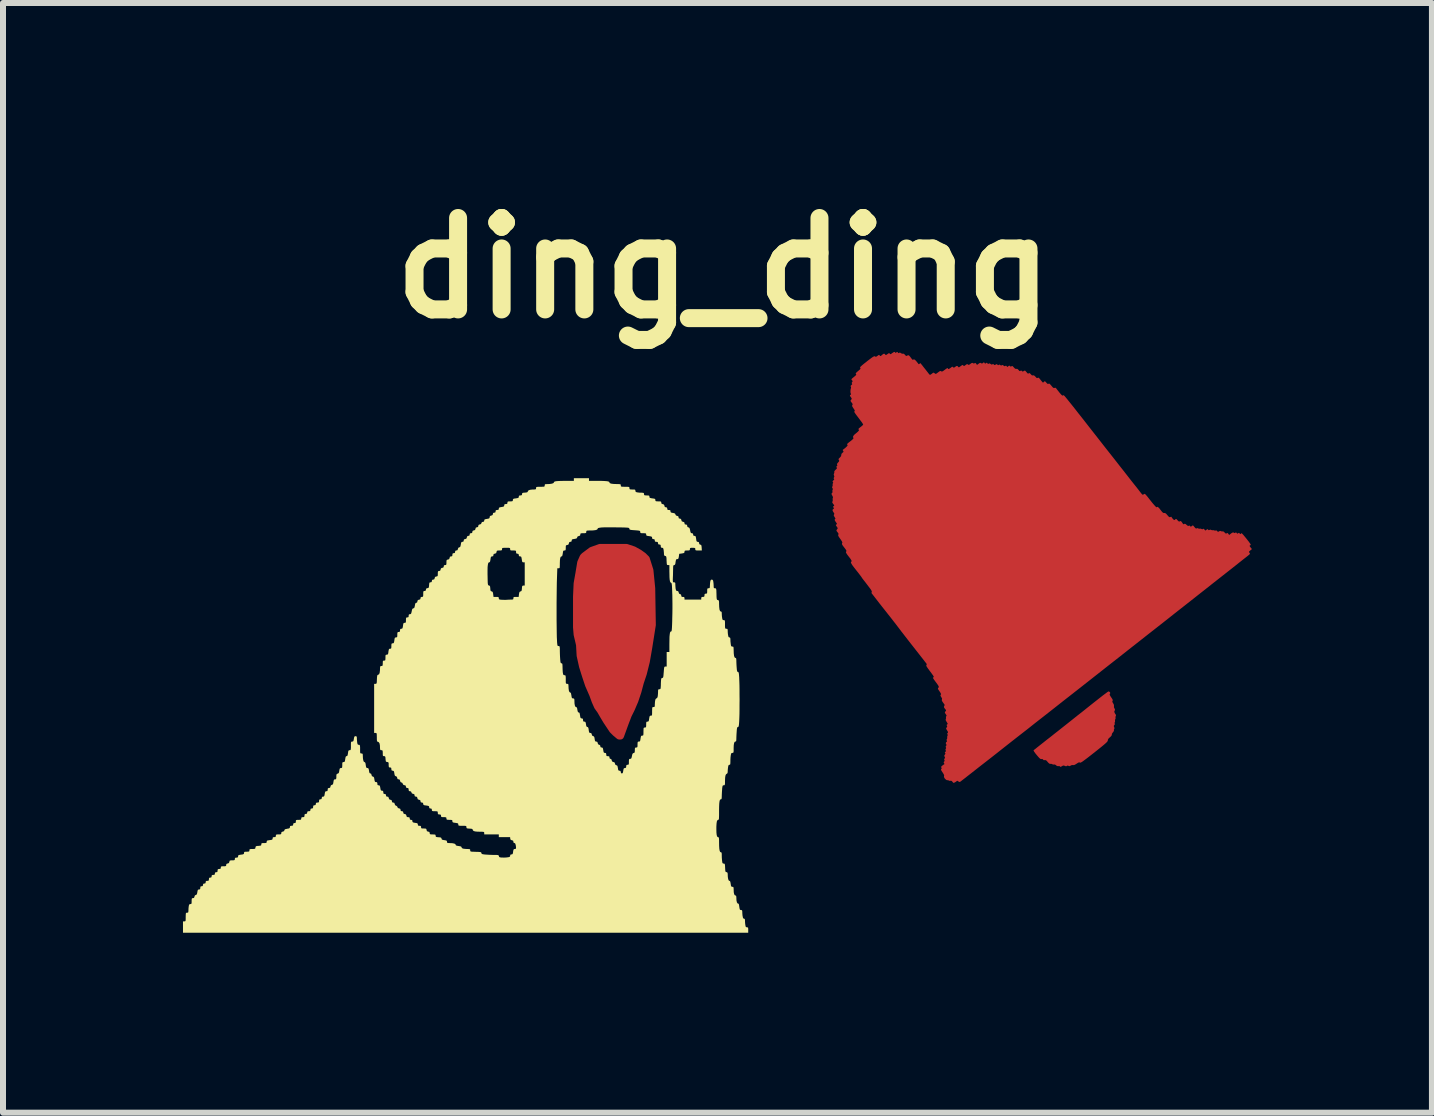
<source format=kicad_pcb>
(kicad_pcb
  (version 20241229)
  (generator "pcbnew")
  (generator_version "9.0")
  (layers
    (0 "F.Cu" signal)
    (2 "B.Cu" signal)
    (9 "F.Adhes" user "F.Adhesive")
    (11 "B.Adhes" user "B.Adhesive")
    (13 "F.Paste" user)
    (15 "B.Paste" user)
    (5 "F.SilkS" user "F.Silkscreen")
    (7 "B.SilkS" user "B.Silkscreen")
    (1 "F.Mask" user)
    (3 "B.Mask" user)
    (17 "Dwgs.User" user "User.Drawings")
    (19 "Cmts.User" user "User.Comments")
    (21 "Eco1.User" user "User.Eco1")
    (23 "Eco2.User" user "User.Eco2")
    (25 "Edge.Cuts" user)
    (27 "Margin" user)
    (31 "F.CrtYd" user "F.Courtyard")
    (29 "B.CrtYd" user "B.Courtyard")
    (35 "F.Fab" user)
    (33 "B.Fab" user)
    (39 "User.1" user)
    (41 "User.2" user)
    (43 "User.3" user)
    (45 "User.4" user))
  (footprint "ding_ding"
    (layer "F.Cu")
    (at 8.872 7.178)
    (property "Reference" "ding_ding" (at 0.14 -5.76 0) (layer "F.SilkS") (effects (font (size 1.524 1.524) (thickness 0.3))))
    (attr board_only exclude_from_pos_files exclude_from_bom)
    (fp_poly (pts (xy -1.361 -1.062) (xy -1.271 -1.012) (xy -1.201 -0.962) (xy -1.151 -0.912) (xy -1.091 -0.722) (xy -1.061 -0.422) (xy -1.051 0.188) (xy -1.111 0.568) (xy -1.151 0.798) (xy -1.201 0.998) (xy -1.251 1.148) (xy -1.291 1.298) (xy -1.341 1.448) (xy -1.401 1.588) (xy -1.451 1.688) (xy -1.501 1.818) (xy -1.581 2.038) (xy -1.601 2.038) (xy -1.661 1.988) (xy -1.711 1.938) (xy -1.811 1.788) (xy -1.871 1.688) (xy -1.911 1.618) (xy -1.961 1.548) (xy -2.001 1.458) (xy -2.041 1.348) (xy -2.111 1.188) (xy -2.161 1.038) (xy -2.211 0.878) (xy -2.251 0.698) (xy -2.261 0.518) (xy -2.301 0.348) (xy -2.311 0.228) (xy -2.311 -0.282) (xy -2.301 -0.502) (xy -2.271 -0.672) (xy -2.241 -0.852) (xy -2.201 -0.942) (xy -2.181 -0.962) (xy -2.061 -1.052) (xy -1.921 -1.102) (xy -1.481 -1.102)) (stroke (width 0.12) (type solid)) (fill yes) (layer "F.Cu"))
    (fp_poly (pts (xy 6.569 1.302) (xy 6.577 1.309) (xy 6.584 1.324) (xy 6.577 1.336) (xy 6.573 1.346) (xy 6.577 1.36) (xy 6.59 1.382) (xy 6.599 1.395) (xy 6.617 1.422) (xy 6.625 1.44) (xy 6.623 1.451) (xy 6.622 1.454) (xy 6.617 1.466) (xy 6.624 1.483) (xy 6.631 1.493) (xy 6.645 1.521) (xy 6.645 1.539) (xy 6.645 1.562) (xy 6.654 1.58) (xy 6.663 1.6) (xy 6.659 1.613) (xy 6.659 1.613) (xy 6.65 1.632) (xy 6.657 1.656) (xy 6.667 1.671) (xy 6.679 1.69) (xy 6.677 1.704) (xy 6.675 1.706) (xy 6.67 1.724) (xy 6.671 1.735) (xy 6.672 1.752) (xy 6.667 1.759) (xy 6.662 1.771) (xy 6.663 1.783) (xy 6.663 1.803) (xy 6.658 1.813) (xy 6.653 1.825) (xy 6.658 1.831) (xy 6.662 1.841) (xy 6.652 1.855) (xy 6.642 1.871) (xy 6.645 1.886) (xy 6.648 1.891) (xy 6.654 1.909) (xy 6.649 1.921) (xy 6.643 1.937) (xy 6.645 1.944) (xy 6.643 1.956) (xy 6.632 1.974) (xy 6.627 1.979) (xy 6.612 2) (xy 6.609 2.017) (xy 6.609 2.018) (xy 6.605 2.033) (xy 6.585 2.055) (xy 6.577 2.061) (xy 6.552 2.085) (xy 6.543 2.105) (xy 6.543 2.11) (xy 6.542 2.118) (xy 6.537 2.128) (xy 6.526 2.142) (xy 6.508 2.159) (xy 6.482 2.182) (xy 6.446 2.212) (xy 6.399 2.25) (xy 6.34 2.297) (xy 6.303 2.326) (xy 6.242 2.374) (xy 6.193 2.412) (xy 6.155 2.44) (xy 6.127 2.461) (xy 6.107 2.474) (xy 6.092 2.482) (xy 6.083 2.484) (xy 6.077 2.483) (xy 6.075 2.481) (xy 6.065 2.478) (xy 6.047 2.485) (xy 6.024 2.5) (xy 5.993 2.519) (xy 5.971 2.525) (xy 5.965 2.524) (xy 5.942 2.524) (xy 5.924 2.533) (xy 5.905 2.542) (xy 5.891 2.539) (xy 5.888 2.537) (xy 5.874 2.531) (xy 5.862 2.538) (xy 5.848 2.544) (xy 5.83 2.54) (xy 5.826 2.537) (xy 5.807 2.531) (xy 5.79 2.535) (xy 5.782 2.54) (xy 5.762 2.552) (xy 5.752 2.554) (xy 5.746 2.547) (xy 5.745 2.546) (xy 5.733 2.541) (xy 5.719 2.542) (xy 5.696 2.54) (xy 5.682 2.529) (xy 5.662 2.515) (xy 5.649 2.515) (xy 5.628 2.515) (xy 5.619 2.51) (xy 5.6 2.503) (xy 5.588 2.504) (xy 5.572 2.502) (xy 5.554 2.488) (xy 5.541 2.473) (xy 5.522 2.451) (xy 5.507 2.442) (xy 5.492 2.442) (xy 5.472 2.442) (xy 5.465 2.433) (xy 5.453 2.423) (xy 5.439 2.424) (xy 5.427 2.424) (xy 5.415 2.418) (xy 5.398 2.403) (xy 5.375 2.377) (xy 5.358 2.357) (xy 5.333 2.326) (xy 5.315 2.301) (xy 5.306 2.283) (xy 5.305 2.277) (xy 5.313 2.271) (xy 5.335 2.254) (xy 5.367 2.228) (xy 5.41 2.194) (xy 5.462 2.153) (xy 5.521 2.106) (xy 5.587 2.055) (xy 5.657 1.999) (xy 5.697 1.968) (xy 5.779 1.903) (xy 5.865 1.835) (xy 5.952 1.766) (xy 6.037 1.698) (xy 6.119 1.634) (xy 6.194 1.574) (xy 6.259 1.522) (xy 6.312 1.48) (xy 6.368 1.436) (xy 6.42 1.395) (xy 6.465 1.36) (xy 6.504 1.331) (xy 6.532 1.31) (xy 6.55 1.298) (xy 6.555 1.296)) (stroke (width 0) (type solid)) (fill yes) (layer "F.Cu"))
    (fp_poly (pts (xy 2.997 -4.356) (xy 2.998 -4.353) (xy 3.005 -4.346) (xy 3.018 -4.354) (xy 3.018 -4.354) (xy 3.031 -4.363) (xy 3.04 -4.357) (xy 3.043 -4.352) (xy 3.053 -4.341) (xy 3.065 -4.347) (xy 3.078 -4.352) (xy 3.093 -4.343) (xy 3.094 -4.342) (xy 3.114 -4.332) (xy 3.126 -4.333) (xy 3.143 -4.332) (xy 3.162 -4.314) (xy 3.176 -4.298) (xy 3.188 -4.295) (xy 3.202 -4.302) (xy 3.212 -4.307) (xy 3.221 -4.307) (xy 3.232 -4.3) (xy 3.247 -4.283) (xy 3.269 -4.254) (xy 3.281 -4.239) (xy 3.292 -4.23) (xy 3.304 -4.236) (xy 3.315 -4.238) (xy 3.33 -4.229) (xy 3.351 -4.207) (xy 3.379 -4.172) (xy 3.389 -4.158) (xy 3.397 -4.16) (xy 3.406 -4.166) (xy 3.418 -4.174) (xy 3.422 -4.174) (xy 3.431 -4.161) (xy 3.449 -4.139) (xy 3.471 -4.11) (xy 3.497 -4.078) (xy 3.522 -4.046) (xy 3.544 -4.018) (xy 3.56 -3.997) (xy 3.568 -3.987) (xy 3.578 -3.981) (xy 3.59 -3.984) (xy 3.609 -3.998) (xy 3.628 -4.013) (xy 3.639 -4.017) (xy 3.65 -4.011) (xy 3.653 -4.009) (xy 3.665 -3.999) (xy 3.677 -3.997) (xy 3.691 -4.004) (xy 3.714 -4.022) (xy 3.716 -4.023) (xy 3.739 -4.04) (xy 3.753 -4.045) (xy 3.764 -4.041) (xy 3.765 -4.04) (xy 3.775 -4.035) (xy 3.789 -4.039) (xy 3.809 -4.052) (xy 3.821 -4.061) (xy 3.85 -4.083) (xy 3.868 -4.092) (xy 3.876 -4.091) (xy 3.878 -4.085) (xy 3.884 -4.076) (xy 3.899 -4.081) (xy 3.923 -4.097) (xy 3.926 -4.099) (xy 3.944 -4.113) (xy 3.955 -4.116) (xy 3.963 -4.109) (xy 3.964 -4.108) (xy 3.973 -4.1) (xy 3.983 -4.102) (xy 3.997 -4.112) (xy 4.02 -4.127) (xy 4.036 -4.128) (xy 4.047 -4.115) (xy 4.048 -4.115) (xy 4.054 -4.106) (xy 4.064 -4.107) (xy 4.08 -4.118) (xy 4.09 -4.125) (xy 4.111 -4.14) (xy 4.123 -4.145) (xy 4.131 -4.14) (xy 4.134 -4.136) (xy 4.142 -4.128) (xy 4.153 -4.13) (xy 4.171 -4.143) (xy 4.172 -4.144) (xy 4.191 -4.157) (xy 4.202 -4.159) (xy 4.211 -4.152) (xy 4.22 -4.146) (xy 4.231 -4.148) (xy 4.251 -4.162) (xy 4.252 -4.163) (xy 4.273 -4.177) (xy 4.287 -4.18) (xy 4.296 -4.175) (xy 4.311 -4.168) (xy 4.322 -4.174) (xy 4.334 -4.179) (xy 4.346 -4.169) (xy 4.349 -4.165) (xy 4.362 -4.146) (xy 4.39 -4.166) (xy 4.409 -4.179) (xy 4.422 -4.18) (xy 4.431 -4.175) (xy 4.444 -4.168) (xy 4.458 -4.175) (xy 4.462 -4.179) (xy 4.475 -4.189) (xy 4.483 -4.186) (xy 4.488 -4.178) (xy 4.497 -4.167) (xy 4.508 -4.172) (xy 4.512 -4.175) (xy 4.525 -4.183) (xy 4.534 -4.176) (xy 4.536 -4.172) (xy 4.546 -4.161) (xy 4.558 -4.167) (xy 4.571 -4.172) (xy 4.586 -4.164) (xy 4.589 -4.161) (xy 4.605 -4.151) (xy 4.618 -4.155) (xy 4.619 -4.156) (xy 4.632 -4.161) (xy 4.643 -4.152) (xy 4.654 -4.143) (xy 4.666 -4.147) (xy 4.674 -4.151) (xy 4.689 -4.159) (xy 4.699 -4.155) (xy 4.703 -4.149) (xy 4.713 -4.14) (xy 4.726 -4.146) (xy 4.726 -4.146) (xy 4.739 -4.152) (xy 4.751 -4.143) (xy 4.763 -4.135) (xy 4.775 -4.14) (xy 4.788 -4.145) (xy 4.803 -4.136) (xy 4.805 -4.134) (xy 4.82 -4.124) (xy 4.833 -4.128) (xy 4.835 -4.129) (xy 4.847 -4.134) (xy 4.857 -4.124) (xy 4.857 -4.124) (xy 4.865 -4.113) (xy 4.874 -4.115) (xy 4.884 -4.124) (xy 4.898 -4.134) (xy 4.907 -4.131) (xy 4.913 -4.125) (xy 4.925 -4.117) (xy 4.937 -4.123) (xy 4.948 -4.128) (xy 4.96 -4.122) (xy 4.976 -4.104) (xy 4.996 -4.084) (xy 5.012 -4.079) (xy 5.019 -4.08) (xy 5.036 -4.079) (xy 5.053 -4.063) (xy 5.055 -4.061) (xy 5.069 -4.045) (xy 5.079 -4.043) (xy 5.086 -4.047) (xy 5.099 -4.053) (xy 5.111 -4.044) (xy 5.121 -4.035) (xy 5.133 -4.038) (xy 5.143 -4.044) (xy 5.156 -4.051) (xy 5.166 -4.049) (xy 5.179 -4.035) (xy 5.187 -4.026) (xy 5.203 -4.006) (xy 5.215 -4.001) (xy 5.224 -4.005) (xy 5.236 -4.01) (xy 5.247 -4.003) (xy 5.258 -3.991) (xy 5.276 -3.973) (xy 5.292 -3.97) (xy 5.296 -3.971) (xy 5.311 -3.972) (xy 5.327 -3.959) (xy 5.337 -3.949) (xy 5.353 -3.931) (xy 5.365 -3.926) (xy 5.374 -3.93) (xy 5.383 -3.934) (xy 5.394 -3.929) (xy 5.41 -3.912) (xy 5.422 -3.896) (xy 5.441 -3.873) (xy 5.455 -3.856) (xy 5.462 -3.851) (xy 5.472 -3.857) (xy 5.48 -3.865) (xy 5.489 -3.873) (xy 5.498 -3.871) (xy 5.513 -3.856) (xy 5.517 -3.851) (xy 5.534 -3.833) (xy 5.546 -3.828) (xy 5.555 -3.832) (xy 5.564 -3.835) (xy 5.575 -3.829) (xy 5.592 -3.811) (xy 5.603 -3.798) (xy 5.623 -3.774) (xy 5.638 -3.762) (xy 5.649 -3.761) (xy 5.654 -3.763) (xy 5.67 -3.766) (xy 5.682 -3.755) (xy 5.693 -3.74) (xy 5.712 -3.716) (xy 5.734 -3.688) (xy 5.738 -3.683) (xy 5.762 -3.655) (xy 5.779 -3.639) (xy 5.79 -3.634) (xy 5.796 -3.636) (xy 5.799 -3.638) (xy 5.8 -3.64) (xy 5.802 -3.641) (xy 5.805 -3.641) (xy 5.809 -3.639) (xy 5.814 -3.634) (xy 5.823 -3.626) (xy 5.834 -3.613) (xy 5.849 -3.595) (xy 5.868 -3.572) (xy 5.892 -3.542) (xy 5.921 -3.506) (xy 5.957 -3.461) (xy 5.999 -3.408) (xy 6.048 -3.345) (xy 6.105 -3.273) (xy 6.171 -3.189) (xy 6.245 -3.094) (xy 6.329 -2.987) (xy 6.423 -2.867) (xy 6.491 -2.78) (xy 6.573 -2.676) (xy 6.652 -2.576) (xy 6.726 -2.481) (xy 6.797 -2.391) (xy 6.862 -2.308) (xy 6.921 -2.232) (xy 6.974 -2.165) (xy 7.02 -2.108) (xy 7.057 -2.06) (xy 7.085 -2.024) (xy 7.104 -2) (xy 7.113 -1.99) (xy 7.113 -1.989) (xy 7.126 -1.981) (xy 7.139 -1.988) (xy 7.154 -1.996) (xy 7.161 -1.996) (xy 7.169 -1.988) (xy 7.187 -1.969) (xy 7.211 -1.94) (xy 7.239 -1.904) (xy 7.26 -1.878) (xy 7.29 -1.84) (xy 7.317 -1.809) (xy 7.338 -1.786) (xy 7.352 -1.773) (xy 7.355 -1.772) (xy 7.365 -1.781) (xy 7.379 -1.776) (xy 7.398 -1.759) (xy 7.423 -1.727) (xy 7.446 -1.698) (xy 7.462 -1.682) (xy 7.475 -1.677) (xy 7.483 -1.678) (xy 7.497 -1.677) (xy 7.514 -1.666) (xy 7.535 -1.642) (xy 7.555 -1.619) (xy 7.569 -1.609) (xy 7.58 -1.608) (xy 7.586 -1.611) (xy 7.599 -1.615) (xy 7.603 -1.613) (xy 7.609 -1.602) (xy 7.622 -1.585) (xy 7.626 -1.58) (xy 7.642 -1.564) (xy 7.652 -1.56) (xy 7.663 -1.567) (xy 7.665 -1.569) (xy 7.677 -1.578) (xy 7.686 -1.576) (xy 7.7 -1.563) (xy 7.705 -1.556) (xy 7.722 -1.539) (xy 7.733 -1.534) (xy 7.743 -1.539) (xy 7.755 -1.544) (xy 7.768 -1.536) (xy 7.784 -1.514) (xy 7.793 -1.5) (xy 7.803 -1.489) (xy 7.815 -1.494) (xy 7.815 -1.494) (xy 7.826 -1.499) (xy 7.84 -1.493) (xy 7.855 -1.48) (xy 7.875 -1.464) (xy 7.887 -1.461) (xy 7.892 -1.465) (xy 7.903 -1.469) (xy 7.914 -1.46) (xy 7.923 -1.45) (xy 7.933 -1.452) (xy 7.943 -1.461) (xy 7.955 -1.47) (xy 7.964 -1.469) (xy 7.976 -1.457) (xy 7.985 -1.445) (xy 8.002 -1.425) (xy 8.015 -1.419) (xy 8.026 -1.422) (xy 8.043 -1.426) (xy 8.049 -1.421) (xy 8.061 -1.415) (xy 8.074 -1.416) (xy 8.094 -1.416) (xy 8.104 -1.411) (xy 8.118 -1.406) (xy 8.127 -1.411) (xy 8.138 -1.416) (xy 8.15 -1.406) (xy 8.153 -1.402) (xy 8.165 -1.388) (xy 8.175 -1.388) (xy 8.186 -1.397) (xy 8.2 -1.408) (xy 8.209 -1.405) (xy 8.215 -1.399) (xy 8.227 -1.39) (xy 8.238 -1.396) (xy 8.253 -1.401) (xy 8.263 -1.396) (xy 8.281 -1.39) (xy 8.29 -1.391) (xy 8.309 -1.391) (xy 8.316 -1.387) (xy 8.334 -1.383) (xy 8.341 -1.386) (xy 8.355 -1.386) (xy 8.366 -1.376) (xy 8.376 -1.364) (xy 8.388 -1.366) (xy 8.397 -1.372) (xy 8.415 -1.38) (xy 8.428 -1.375) (xy 8.445 -1.37) (xy 8.455 -1.371) (xy 8.472 -1.369) (xy 8.49 -1.352) (xy 8.505 -1.337) (xy 8.515 -1.334) (xy 8.523 -1.339) (xy 8.535 -1.345) (xy 8.546 -1.337) (xy 8.551 -1.331) (xy 8.565 -1.311) (xy 8.597 -1.336) (xy 8.619 -1.35) (xy 8.633 -1.354) (xy 8.643 -1.349) (xy 8.657 -1.343) (xy 8.668 -1.349) (xy 8.681 -1.354) (xy 8.69 -1.344) (xy 8.699 -1.333) (xy 8.711 -1.338) (xy 8.714 -1.34) (xy 8.727 -1.347) (xy 8.737 -1.34) (xy 8.74 -1.336) (xy 8.751 -1.326) (xy 8.758 -1.33) (xy 8.769 -1.34) (xy 8.773 -1.341) (xy 8.781 -1.334) (xy 8.798 -1.316) (xy 8.82 -1.29) (xy 8.845 -1.26) (xy 8.87 -1.228) (xy 8.894 -1.198) (xy 8.912 -1.172) (xy 8.923 -1.155) (xy 8.926 -1.15) (xy 8.918 -1.14) (xy 8.912 -1.137) (xy 8.905 -1.131) (xy 8.91 -1.12) (xy 8.922 -1.104) (xy 8.945 -1.076) (xy 8.917 -1.053) (xy 8.9 -1.038) (xy 8.895 -1.028) (xy 8.901 -1.018) (xy 8.903 -1.016) (xy 8.912 -1.003) (xy 8.906 -0.989) (xy 8.905 -0.988) (xy 8.898 -0.982) (xy 8.876 -0.964) (xy 8.842 -0.937) (xy 8.796 -0.901) (xy 8.738 -0.855) (xy 8.669 -0.8) (xy 8.589 -0.737) (xy 8.5 -0.667) (xy 8.402 -0.59) (xy 8.295 -0.506) (xy 8.18 -0.415) (xy 8.058 -0.319) (xy 7.93 -0.218) (xy 7.795 -0.112) (xy 7.655 -0.002) (xy 7.511 0.112) (xy 7.362 0.229) (xy 7.21 0.348) (xy 7.055 0.47) (xy 6.897 0.594) (xy 6.739 0.719) (xy 6.579 0.844) (xy 6.419 0.97) (xy 6.259 1.096) (xy 6.1 1.221) (xy 5.943 1.344) (xy 5.787 1.466) (xy 5.635 1.586) (xy 5.486 1.703) (xy 5.341 1.816) (xy 5.201 1.927) (xy 5.066 2.032) (xy 4.937 2.133) (xy 4.815 2.229) (xy 4.7 2.32) (xy 4.593 2.404) (xy 4.494 2.481) (xy 4.404 2.551) (xy 4.324 2.614) (xy 4.255 2.668) (xy 4.196 2.714) (xy 4.149 2.751) (xy 4.114 2.778) (xy 4.092 2.795) (xy 4.084 2.801) (xy 4.068 2.806) (xy 4.052 2.797) (xy 4.05 2.795) (xy 4.034 2.785) (xy 4.027 2.789) (xy 4.015 2.799) (xy 3.995 2.812) (xy 3.995 2.812) (xy 3.976 2.82) (xy 3.965 2.818) (xy 3.954 2.803) (xy 3.938 2.787) (xy 3.919 2.785) (xy 3.918 2.786) (xy 3.9 2.786) (xy 3.892 2.782) (xy 3.88 2.776) (xy 3.87 2.777) (xy 3.855 2.774) (xy 3.837 2.76) (xy 3.821 2.742) (xy 3.812 2.722) (xy 3.812 2.708) (xy 3.813 2.707) (xy 3.815 2.696) (xy 3.807 2.676) (xy 3.792 2.652) (xy 3.773 2.623) (xy 3.763 2.605) (xy 3.763 2.594) (xy 3.769 2.587) (xy 3.77 2.587) (xy 3.774 2.576) (xy 3.769 2.567) (xy 3.764 2.556) (xy 3.771 2.544) (xy 3.784 2.533) (xy 3.803 2.518) (xy 3.816 2.511) (xy 3.817 2.511) (xy 3.819 2.504) (xy 3.813 2.492) (xy 3.806 2.477) (xy 3.812 2.467) (xy 3.815 2.465) (xy 3.824 2.455) (xy 3.818 2.441) (xy 3.814 2.425) (xy 3.822 2.415) (xy 3.83 2.405) (xy 3.826 2.392) (xy 3.823 2.386) (xy 3.816 2.37) (xy 3.822 2.355) (xy 3.826 2.351) (xy 3.836 2.336) (xy 3.832 2.324) (xy 3.831 2.322) (xy 3.825 2.312) (xy 3.835 2.302) (xy 3.836 2.302) (xy 3.846 2.292) (xy 3.841 2.28) (xy 3.836 2.266) (xy 3.842 2.253) (xy 3.849 2.239) (xy 3.843 2.229) (xy 3.839 2.217) (xy 3.847 2.204) (xy 3.855 2.189) (xy 3.852 2.182) (xy 3.843 2.168) (xy 3.844 2.15) (xy 3.854 2.136) (xy 3.856 2.136) (xy 3.864 2.128) (xy 3.859 2.118) (xy 3.854 2.103) (xy 3.86 2.092) (xy 3.867 2.074) (xy 3.865 2.064) (xy 3.866 2.045) (xy 3.87 2.037) (xy 3.875 2.022) (xy 3.87 2.012) (xy 3.865 1.999) (xy 3.873 1.989) (xy 3.879 1.98) (xy 3.877 1.968) (xy 3.864 1.947) (xy 3.864 1.946) (xy 3.851 1.925) (xy 3.847 1.912) (xy 3.853 1.902) (xy 3.857 1.897) (xy 3.866 1.882) (xy 3.861 1.869) (xy 3.861 1.868) (xy 3.855 1.855) (xy 3.865 1.847) (xy 3.873 1.84) (xy 3.872 1.83) (xy 3.861 1.812) (xy 3.856 1.804) (xy 3.842 1.779) (xy 3.84 1.763) (xy 3.842 1.759) (xy 3.847 1.742) (xy 3.845 1.732) (xy 3.845 1.716) (xy 3.851 1.71) (xy 3.856 1.701) (xy 3.849 1.686) (xy 3.841 1.675) (xy 3.829 1.656) (xy 3.826 1.644) (xy 3.834 1.633) (xy 3.836 1.63) (xy 3.845 1.618) (xy 3.845 1.607) (xy 3.834 1.592) (xy 3.828 1.585) (xy 3.814 1.566) (xy 3.811 1.552) (xy 3.816 1.539) (xy 3.823 1.524) (xy 3.817 1.509) (xy 3.81 1.501) (xy 3.786 1.468) (xy 3.775 1.444) (xy 3.778 1.428) (xy 3.778 1.428) (xy 3.78 1.415) (xy 3.77 1.397) (xy 3.755 1.372) (xy 3.754 1.355) (xy 3.762 1.348) (xy 3.763 1.339) (xy 3.754 1.32) (xy 3.739 1.297) (xy 3.721 1.271) (xy 3.712 1.255) (xy 3.712 1.244) (xy 3.719 1.235) (xy 3.719 1.234) (xy 3.725 1.226) (xy 3.725 1.216) (xy 3.719 1.202) (xy 3.705 1.181) (xy 3.681 1.148) (xy 3.68 1.147) (xy 3.653 1.11) (xy 3.636 1.086) (xy 3.628 1.071) (xy 3.628 1.064) (xy 3.634 1.062) (xy 3.635 1.062) (xy 3.643 1.059) (xy 3.641 1.049) (xy 3.63 1.03) (xy 3.608 1) (xy 3.606 0.996) (xy 3.571 0.95) (xy 3.546 0.916) (xy 3.53 0.892) (xy 3.52 0.876) (xy 3.517 0.866) (xy 3.518 0.859) (xy 3.52 0.856) (xy 3.525 0.842) (xy 3.521 0.835) (xy 3.514 0.825) (xy 3.496 0.803) (xy 3.471 0.77) (xy 3.438 0.728) (xy 3.399 0.678) (xy 3.355 0.622) (xy 3.308 0.562) (xy 3.301 0.553) (xy 3.253 0.492) (xy 3.207 0.433) (xy 3.166 0.38) (xy 3.13 0.333) (xy 3.1 0.295) (xy 3.08 0.268) (xy 3.068 0.253) (xy 3.068 0.252) (xy 3.057 0.238) (xy 3.037 0.212) (xy 3.009 0.175) (xy 2.973 0.129) (xy 2.932 0.076) (xy 2.886 0.018) (xy 2.837 -0.044) (xy 2.829 -0.054) (xy 2.781 -0.115) (xy 2.736 -0.172) (xy 2.696 -0.224) (xy 2.662 -0.268) (xy 2.635 -0.303) (xy 2.616 -0.327) (xy 2.606 -0.339) (xy 2.606 -0.34) (xy 2.605 -0.356) (xy 2.608 -0.363) (xy 2.609 -0.372) (xy 2.601 -0.388) (xy 2.584 -0.414) (xy 2.556 -0.451) (xy 2.528 -0.488) (xy 2.498 -0.527) (xy 2.472 -0.56) (xy 2.452 -0.586) (xy 2.441 -0.603) (xy 2.438 -0.607) (xy 2.433 -0.615) (xy 2.418 -0.635) (xy 2.396 -0.664) (xy 2.368 -0.7) (xy 2.348 -0.725) (xy 2.311 -0.772) (xy 2.285 -0.807) (xy 2.269 -0.833) (xy 2.261 -0.85) (xy 2.261 -0.861) (xy 2.268 -0.868) (xy 2.271 -0.869) (xy 2.274 -0.876) (xy 2.267 -0.891) (xy 2.251 -0.917) (xy 2.226 -0.949) (xy 2.2 -0.983) (xy 2.185 -1.006) (xy 2.178 -1.021) (xy 2.178 -1.03) (xy 2.182 -1.034) (xy 2.186 -1.042) (xy 2.184 -1.053) (xy 2.173 -1.071) (xy 2.152 -1.099) (xy 2.149 -1.103) (xy 2.126 -1.133) (xy 2.114 -1.153) (xy 2.111 -1.166) (xy 2.114 -1.174) (xy 2.118 -1.183) (xy 2.114 -1.198) (xy 2.101 -1.22) (xy 2.083 -1.246) (xy 2.061 -1.277) (xy 2.05 -1.298) (xy 2.048 -1.311) (xy 2.051 -1.317) (xy 2.055 -1.329) (xy 2.047 -1.345) (xy 2.037 -1.358) (xy 2.022 -1.377) (xy 2.019 -1.388) (xy 2.025 -1.399) (xy 2.029 -1.404) (xy 2.039 -1.417) (xy 2.039 -1.428) (xy 2.03 -1.444) (xy 2.025 -1.45) (xy 2.012 -1.469) (xy 2.01 -1.479) (xy 2.018 -1.486) (xy 2.019 -1.486) (xy 2.027 -1.493) (xy 2.026 -1.503) (xy 2.014 -1.521) (xy 2.011 -1.524) (xy 1.994 -1.551) (xy 1.989 -1.567) (xy 1.998 -1.576) (xy 1.999 -1.577) (xy 2.003 -1.585) (xy 1.992 -1.605) (xy 1.989 -1.609) (xy 1.977 -1.63) (xy 1.975 -1.644) (xy 1.979 -1.651) (xy 1.985 -1.663) (xy 1.978 -1.679) (xy 1.971 -1.688) (xy 1.956 -1.714) (xy 1.955 -1.732) (xy 1.968 -1.744) (xy 1.978 -1.753) (xy 1.974 -1.764) (xy 1.97 -1.768) (xy 1.963 -1.781) (xy 1.969 -1.79) (xy 1.973 -1.792) (xy 1.982 -1.799) (xy 1.981 -1.808) (xy 1.969 -1.824) (xy 1.966 -1.828) (xy 1.951 -1.849) (xy 1.95 -1.863) (xy 1.953 -1.867) (xy 1.958 -1.884) (xy 1.957 -1.901) (xy 1.956 -1.92) (xy 1.96 -1.929) (xy 1.962 -1.941) (xy 1.953 -1.963) (xy 1.95 -1.967) (xy 1.939 -1.989) (xy 1.937 -2) (xy 1.944 -2.009) (xy 1.946 -2.01) (xy 1.955 -2.025) (xy 1.953 -2.033) (xy 1.951 -2.051) (xy 1.955 -2.061) (xy 1.96 -2.079) (xy 1.953 -2.091) (xy 1.946 -2.107) (xy 1.951 -2.117) (xy 1.957 -2.135) (xy 1.956 -2.148) (xy 1.956 -2.165) (xy 1.961 -2.173) (xy 1.966 -2.182) (xy 1.96 -2.193) (xy 1.954 -2.204) (xy 1.962 -2.216) (xy 1.969 -2.221) (xy 1.982 -2.234) (xy 1.98 -2.245) (xy 1.978 -2.247) (xy 1.972 -2.259) (xy 1.979 -2.271) (xy 1.985 -2.287) (xy 1.979 -2.303) (xy 1.974 -2.323) (xy 1.979 -2.334) (xy 1.985 -2.352) (xy 1.983 -2.361) (xy 1.986 -2.377) (xy 2.006 -2.399) (xy 2.023 -2.415) (xy 2.028 -2.427) (xy 2.023 -2.436) (xy 2.017 -2.449) (xy 2.026 -2.46) (xy 2.027 -2.46) (xy 2.036 -2.472) (xy 2.031 -2.482) (xy 2.028 -2.492) (xy 2.036 -2.507) (xy 2.047 -2.519) (xy 2.062 -2.537) (xy 2.066 -2.549) (xy 2.06 -2.56) (xy 2.06 -2.56) (xy 2.054 -2.571) (xy 2.058 -2.583) (xy 2.074 -2.599) (xy 2.076 -2.601) (xy 2.096 -2.624) (xy 2.1 -2.643) (xy 2.1 -2.643) (xy 2.103 -2.663) (xy 2.119 -2.68) (xy 2.135 -2.694) (xy 2.137 -2.705) (xy 2.132 -2.713) (xy 2.124 -2.725) (xy 2.124 -2.729) (xy 2.165 -2.761) (xy 2.192 -2.786) (xy 2.205 -2.803) (xy 2.205 -2.81) (xy 2.198 -2.818) (xy 2.198 -2.826) (xy 2.206 -2.837) (xy 2.225 -2.853) (xy 2.254 -2.875) (xy 2.285 -2.901) (xy 2.302 -2.919) (xy 2.303 -2.928) (xy 2.295 -2.943) (xy 2.3 -2.961) (xy 2.319 -2.984) (xy 2.349 -3.009) (xy 2.378 -3.034) (xy 2.393 -3.051) (xy 2.395 -3.061) (xy 2.394 -3.062) (xy 2.387 -3.072) (xy 2.387 -3.08) (xy 2.398 -3.092) (xy 2.422 -3.111) (xy 2.425 -3.113) (xy 2.447 -3.131) (xy 2.462 -3.146) (xy 2.465 -3.152) (xy 2.46 -3.162) (xy 2.447 -3.183) (xy 2.428 -3.209) (xy 2.426 -3.211) (xy 2.388 -3.262) (xy 2.359 -3.3) (xy 2.338 -3.328) (xy 2.325 -3.348) (xy 2.318 -3.36) (xy 2.317 -3.368) (xy 2.319 -3.372) (xy 2.321 -3.374) (xy 2.326 -3.382) (xy 2.32 -3.396) (xy 2.304 -3.421) (xy 2.303 -3.422) (xy 2.287 -3.447) (xy 2.28 -3.463) (xy 2.283 -3.474) (xy 2.285 -3.477) (xy 2.29 -3.488) (xy 2.285 -3.502) (xy 2.272 -3.519) (xy 2.258 -3.538) (xy 2.254 -3.549) (xy 2.26 -3.56) (xy 2.264 -3.564) (xy 2.273 -3.577) (xy 2.273 -3.588) (xy 2.263 -3.604) (xy 2.259 -3.609) (xy 2.246 -3.628) (xy 2.244 -3.638) (xy 2.252 -3.645) (xy 2.253 -3.646) (xy 2.263 -3.657) (xy 2.26 -3.665) (xy 2.254 -3.681) (xy 2.253 -3.707) (xy 2.255 -3.734) (xy 2.26 -3.756) (xy 2.262 -3.759) (xy 2.263 -3.775) (xy 2.259 -3.783) (xy 2.255 -3.795) (xy 2.265 -3.807) (xy 2.269 -3.81) (xy 2.282 -3.822) (xy 2.28 -3.832) (xy 2.278 -3.835) (xy 2.273 -3.846) (xy 2.281 -3.86) (xy 2.29 -3.873) (xy 2.285 -3.883) (xy 2.281 -3.887) (xy 2.271 -3.897) (xy 2.27 -3.907) (xy 2.28 -3.92) (xy 2.302 -3.938) (xy 2.312 -3.946) (xy 2.339 -3.969) (xy 2.35 -3.984) (xy 2.348 -3.99) (xy 2.341 -3.999) (xy 2.342 -4.008) (xy 2.354 -4.021) (xy 2.377 -4.041) (xy 2.384 -4.047) (xy 2.408 -4.067) (xy 2.419 -4.08) (xy 2.42 -4.089) (xy 2.416 -4.095) (xy 2.413 -4.101) (xy 2.416 -4.109) (xy 2.426 -4.121) (xy 2.446 -4.139) (xy 2.477 -4.165) (xy 2.521 -4.199) (xy 2.526 -4.204) (xy 2.572 -4.239) (xy 2.605 -4.264) (xy 2.629 -4.28) (xy 2.645 -4.288) (xy 2.655 -4.291) (xy 2.662 -4.288) (xy 2.663 -4.288) (xy 2.674 -4.281) (xy 2.687 -4.285) (xy 2.703 -4.296) (xy 2.721 -4.31) (xy 2.731 -4.312) (xy 2.74 -4.304) (xy 2.741 -4.302) (xy 2.75 -4.293) (xy 2.759 -4.295) (xy 2.773 -4.306) (xy 2.796 -4.326) (xy 2.812 -4.333) (xy 2.824 -4.329) (xy 2.83 -4.322) (xy 2.838 -4.312) (xy 2.848 -4.312) (xy 2.863 -4.321) (xy 2.871 -4.327) (xy 2.89 -4.34) (xy 2.9 -4.342) (xy 2.907 -4.335) (xy 2.908 -4.333) (xy 2.915 -4.325) (xy 2.924 -4.325) (xy 2.942 -4.337) (xy 2.947 -4.341) (xy 2.972 -4.358) (xy 2.988 -4.363)) (stroke (width 0) (type solid)) (fill yes) (layer "F.Cu"))
    (fp_poly (pts (xy -1.36 -1.06) (xy -1.27 -1.01) (xy -1.2 -0.96) (xy -1.15 -0.91) (xy -1.09 -0.72) (xy -1.06 -0.42) (xy -1.05 0.19) (xy -1.11 0.57) (xy -1.15 0.8) (xy -1.2 1) (xy -1.25 1.15) (xy -1.29 1.3) (xy -1.34 1.45) (xy -1.4 1.59) (xy -1.45 1.69) (xy -1.5 1.82) (xy -1.58 2.04) (xy -1.6 2.04) (xy -1.66 1.99) (xy -1.71 1.94) (xy -1.81 1.79) (xy -1.87 1.69) (xy -1.91 1.62) (xy -1.96 1.55) (xy -2 1.46) (xy -2.04 1.35) (xy -2.11 1.19) (xy -2.16 1.04) (xy -2.21 0.88) (xy -2.25 0.7) (xy -2.26 0.52) (xy -2.3 0.35) (xy -2.31 0.23) (xy -2.31 -0.28) (xy -2.3 -0.5) (xy -2.27 -0.67) (xy -2.24 -0.85) (xy -2.2 -0.94) (xy -2.18 -0.96) (xy -2.06 -1.05) (xy -1.92 -1.1) (xy -1.48 -1.1)) (stroke (width 0.12) (type solid)) (fill yes) (layer "F.Mask"))
    (fp_poly (pts (xy 6.569 1.302) (xy 6.577 1.309) (xy 6.584 1.324) (xy 6.577 1.336) (xy 6.573 1.346) (xy 6.577 1.36) (xy 6.59 1.382) (xy 6.599 1.395) (xy 6.617 1.422) (xy 6.625 1.44) (xy 6.623 1.451) (xy 6.622 1.454) (xy 6.617 1.466) (xy 6.624 1.483) (xy 6.631 1.493) (xy 6.645 1.521) (xy 6.645 1.539) (xy 6.645 1.562) (xy 6.654 1.58) (xy 6.663 1.6) (xy 6.659 1.613) (xy 6.659 1.613) (xy 6.65 1.632) (xy 6.657 1.656) (xy 6.667 1.671) (xy 6.679 1.69) (xy 6.677 1.704) (xy 6.675 1.706) (xy 6.67 1.724) (xy 6.671 1.735) (xy 6.672 1.752) (xy 6.667 1.759) (xy 6.662 1.771) (xy 6.663 1.783) (xy 6.663 1.803) (xy 6.658 1.813) (xy 6.653 1.825) (xy 6.658 1.831) (xy 6.662 1.841) (xy 6.652 1.855) (xy 6.642 1.871) (xy 6.645 1.886) (xy 6.648 1.891) (xy 6.654 1.909) (xy 6.649 1.921) (xy 6.643 1.937) (xy 6.645 1.944) (xy 6.643 1.956) (xy 6.632 1.974) (xy 6.627 1.979) (xy 6.612 2) (xy 6.609 2.017) (xy 6.609 2.018) (xy 6.605 2.033) (xy 6.585 2.055) (xy 6.577 2.061) (xy 6.552 2.085) (xy 6.543 2.105) (xy 6.543 2.11) (xy 6.542 2.118) (xy 6.537 2.128) (xy 6.526 2.142) (xy 6.508 2.159) (xy 6.482 2.182) (xy 6.446 2.212) (xy 6.399 2.25) (xy 6.34 2.297) (xy 6.303 2.326) (xy 6.242 2.374) (xy 6.193 2.412) (xy 6.155 2.44) (xy 6.127 2.461) (xy 6.107 2.474) (xy 6.092 2.482) (xy 6.083 2.484) (xy 6.077 2.483) (xy 6.075 2.481) (xy 6.065 2.478) (xy 6.047 2.485) (xy 6.024 2.5) (xy 5.993 2.519) (xy 5.971 2.525) (xy 5.965 2.524) (xy 5.942 2.524) (xy 5.924 2.533) (xy 5.905 2.542) (xy 5.891 2.539) (xy 5.888 2.537) (xy 5.874 2.531) (xy 5.862 2.538) (xy 5.848 2.544) (xy 5.83 2.54) (xy 5.826 2.537) (xy 5.807 2.531) (xy 5.79 2.535) (xy 5.782 2.54) (xy 5.762 2.552) (xy 5.752 2.554) (xy 5.746 2.547) (xy 5.745 2.546) (xy 5.733 2.541) (xy 5.719 2.542) (xy 5.696 2.54) (xy 5.682 2.529) (xy 5.662 2.515) (xy 5.649 2.515) (xy 5.628 2.515) (xy 5.619 2.51) (xy 5.6 2.503) (xy 5.588 2.504) (xy 5.572 2.502) (xy 5.554 2.488) (xy 5.541 2.473) (xy 5.522 2.451) (xy 5.507 2.442) (xy 5.492 2.442) (xy 5.472 2.442) (xy 5.465 2.433) (xy 5.453 2.423) (xy 5.439 2.424) (xy 5.427 2.424) (xy 5.415 2.418) (xy 5.398 2.403) (xy 5.375 2.377) (xy 5.358 2.357) (xy 5.333 2.326) (xy 5.315 2.301) (xy 5.306 2.283) (xy 5.305 2.277) (xy 5.313 2.271) (xy 5.335 2.254) (xy 5.367 2.228) (xy 5.41 2.194) (xy 5.462 2.153) (xy 5.521 2.106) (xy 5.587 2.055) (xy 5.657 1.999) (xy 5.697 1.968) (xy 5.779 1.903) (xy 5.865 1.835) (xy 5.952 1.766) (xy 6.037 1.698) (xy 6.119 1.634) (xy 6.194 1.574) (xy 6.259 1.522) (xy 6.312 1.48) (xy 6.368 1.436) (xy 6.42 1.395) (xy 6.465 1.36) (xy 6.504 1.331) (xy 6.532 1.31) (xy 6.55 1.298) (xy 6.555 1.296)) (stroke (width 0) (type solid)) (fill yes) (layer "F.Mask"))
    (fp_poly (pts (xy 2.997 -4.356) (xy 2.998 -4.353) (xy 3.005 -4.346) (xy 3.018 -4.354) (xy 3.018 -4.354) (xy 3.031 -4.363) (xy 3.04 -4.357) (xy 3.043 -4.352) (xy 3.053 -4.341) (xy 3.065 -4.347) (xy 3.078 -4.352) (xy 3.093 -4.343) (xy 3.094 -4.342) (xy 3.114 -4.332) (xy 3.126 -4.333) (xy 3.143 -4.332) (xy 3.162 -4.314) (xy 3.176 -4.298) (xy 3.188 -4.295) (xy 3.202 -4.302) (xy 3.212 -4.307) (xy 3.221 -4.307) (xy 3.232 -4.3) (xy 3.247 -4.283) (xy 3.269 -4.254) (xy 3.281 -4.239) (xy 3.292 -4.23) (xy 3.304 -4.236) (xy 3.315 -4.238) (xy 3.33 -4.229) (xy 3.351 -4.207) (xy 3.379 -4.172) (xy 3.389 -4.158) (xy 3.397 -4.16) (xy 3.406 -4.166) (xy 3.418 -4.174) (xy 3.422 -4.174) (xy 3.431 -4.161) (xy 3.449 -4.139) (xy 3.471 -4.11) (xy 3.497 -4.078) (xy 3.522 -4.046) (xy 3.544 -4.018) (xy 3.56 -3.997) (xy 3.568 -3.987) (xy 3.578 -3.981) (xy 3.59 -3.984) (xy 3.609 -3.998) (xy 3.628 -4.013) (xy 3.639 -4.017) (xy 3.65 -4.011) (xy 3.653 -4.009) (xy 3.665 -3.999) (xy 3.677 -3.997) (xy 3.691 -4.004) (xy 3.714 -4.022) (xy 3.716 -4.023) (xy 3.739 -4.04) (xy 3.753 -4.045) (xy 3.764 -4.041) (xy 3.765 -4.04) (xy 3.775 -4.035) (xy 3.789 -4.039) (xy 3.809 -4.052) (xy 3.821 -4.061) (xy 3.85 -4.083) (xy 3.868 -4.092) (xy 3.876 -4.091) (xy 3.878 -4.085) (xy 3.884 -4.076) (xy 3.899 -4.081) (xy 3.923 -4.097) (xy 3.926 -4.099) (xy 3.944 -4.113) (xy 3.955 -4.116) (xy 3.963 -4.109) (xy 3.964 -4.108) (xy 3.973 -4.1) (xy 3.983 -4.102) (xy 3.997 -4.112) (xy 4.02 -4.127) (xy 4.036 -4.128) (xy 4.047 -4.115) (xy 4.048 -4.115) (xy 4.054 -4.106) (xy 4.064 -4.107) (xy 4.08 -4.118) (xy 4.09 -4.125) (xy 4.111 -4.14) (xy 4.123 -4.145) (xy 4.131 -4.14) (xy 4.134 -4.136) (xy 4.142 -4.128) (xy 4.153 -4.13) (xy 4.171 -4.143) (xy 4.172 -4.144) (xy 4.191 -4.157) (xy 4.202 -4.159) (xy 4.211 -4.152) (xy 4.22 -4.146) (xy 4.231 -4.148) (xy 4.251 -4.162) (xy 4.252 -4.163) (xy 4.273 -4.177) (xy 4.287 -4.18) (xy 4.296 -4.175) (xy 4.311 -4.168) (xy 4.322 -4.174) (xy 4.334 -4.179) (xy 4.346 -4.169) (xy 4.349 -4.165) (xy 4.362 -4.146) (xy 4.39 -4.166) (xy 4.409 -4.179) (xy 4.422 -4.18) (xy 4.431 -4.175) (xy 4.444 -4.168) (xy 4.458 -4.175) (xy 4.462 -4.179) (xy 4.475 -4.189) (xy 4.483 -4.186) (xy 4.488 -4.178) (xy 4.497 -4.167) (xy 4.508 -4.172) (xy 4.512 -4.175) (xy 4.525 -4.183) (xy 4.534 -4.176) (xy 4.536 -4.172) (xy 4.546 -4.161) (xy 4.558 -4.167) (xy 4.571 -4.172) (xy 4.586 -4.164) (xy 4.589 -4.161) (xy 4.605 -4.151) (xy 4.618 -4.155) (xy 4.619 -4.156) (xy 4.632 -4.161) (xy 4.643 -4.152) (xy 4.654 -4.143) (xy 4.666 -4.147) (xy 4.674 -4.151) (xy 4.689 -4.159) (xy 4.699 -4.155) (xy 4.703 -4.149) (xy 4.713 -4.14) (xy 4.726 -4.146) (xy 4.726 -4.146) (xy 4.739 -4.152) (xy 4.751 -4.143) (xy 4.763 -4.135) (xy 4.775 -4.14) (xy 4.788 -4.145) (xy 4.803 -4.136) (xy 4.805 -4.134) (xy 4.82 -4.124) (xy 4.833 -4.128) (xy 4.835 -4.129) (xy 4.847 -4.134) (xy 4.857 -4.124) (xy 4.857 -4.124) (xy 4.865 -4.113) (xy 4.874 -4.115) (xy 4.884 -4.124) (xy 4.898 -4.134) (xy 4.907 -4.131) (xy 4.913 -4.125) (xy 4.925 -4.117) (xy 4.937 -4.123) (xy 4.948 -4.128) (xy 4.96 -4.122) (xy 4.976 -4.104) (xy 4.996 -4.084) (xy 5.012 -4.079) (xy 5.019 -4.08) (xy 5.036 -4.079) (xy 5.053 -4.063) (xy 5.055 -4.061) (xy 5.069 -4.045) (xy 5.079 -4.043) (xy 5.086 -4.047) (xy 5.099 -4.053) (xy 5.111 -4.044) (xy 5.121 -4.035) (xy 5.133 -4.038) (xy 5.143 -4.044) (xy 5.156 -4.051) (xy 5.166 -4.049) (xy 5.179 -4.035) (xy 5.187 -4.026) (xy 5.203 -4.006) (xy 5.215 -4.001) (xy 5.224 -4.005) (xy 5.236 -4.01) (xy 5.247 -4.003) (xy 5.258 -3.991) (xy 5.276 -3.973) (xy 5.292 -3.97) (xy 5.296 -3.971) (xy 5.311 -3.972) (xy 5.327 -3.959) (xy 5.337 -3.949) (xy 5.353 -3.931) (xy 5.365 -3.926) (xy 5.374 -3.93) (xy 5.383 -3.934) (xy 5.394 -3.929) (xy 5.41 -3.912) (xy 5.422 -3.896) (xy 5.441 -3.873) (xy 5.455 -3.856) (xy 5.462 -3.851) (xy 5.472 -3.857) (xy 5.48 -3.865) (xy 5.489 -3.873) (xy 5.498 -3.871) (xy 5.513 -3.856) (xy 5.517 -3.851) (xy 5.534 -3.833) (xy 5.546 -3.828) (xy 5.555 -3.832) (xy 5.564 -3.835) (xy 5.575 -3.829) (xy 5.592 -3.811) (xy 5.603 -3.798) (xy 5.623 -3.774) (xy 5.638 -3.762) (xy 5.649 -3.761) (xy 5.654 -3.763) (xy 5.67 -3.766) (xy 5.682 -3.755) (xy 5.693 -3.74) (xy 5.712 -3.716) (xy 5.734 -3.688) (xy 5.738 -3.683) (xy 5.762 -3.655) (xy 5.779 -3.639) (xy 5.79 -3.634) (xy 5.796 -3.636) (xy 5.799 -3.638) (xy 5.8 -3.64) (xy 5.802 -3.641) (xy 5.805 -3.641) (xy 5.809 -3.639) (xy 5.814 -3.634) (xy 5.823 -3.626) (xy 5.834 -3.613) (xy 5.849 -3.595) (xy 5.868 -3.572) (xy 5.892 -3.542) (xy 5.921 -3.506) (xy 5.957 -3.461) (xy 5.999 -3.408) (xy 6.048 -3.345) (xy 6.105 -3.273) (xy 6.171 -3.189) (xy 6.245 -3.094) (xy 6.329 -2.987) (xy 6.423 -2.867) (xy 6.491 -2.78) (xy 6.573 -2.676) (xy 6.652 -2.576) (xy 6.726 -2.481) (xy 6.797 -2.391) (xy 6.862 -2.308) (xy 6.921 -2.232) (xy 6.974 -2.165) (xy 7.02 -2.108) (xy 7.057 -2.06) (xy 7.085 -2.024) (xy 7.104 -2) (xy 7.113 -1.99) (xy 7.113 -1.989) (xy 7.126 -1.981) (xy 7.139 -1.988) (xy 7.154 -1.996) (xy 7.161 -1.996) (xy 7.169 -1.988) (xy 7.187 -1.969) (xy 7.211 -1.94) (xy 7.239 -1.904) (xy 7.26 -1.878) (xy 7.29 -1.84) (xy 7.317 -1.809) (xy 7.338 -1.786) (xy 7.352 -1.773) (xy 7.355 -1.772) (xy 7.365 -1.781) (xy 7.379 -1.776) (xy 7.398 -1.759) (xy 7.423 -1.727) (xy 7.446 -1.698) (xy 7.462 -1.682) (xy 7.475 -1.677) (xy 7.483 -1.678) (xy 7.497 -1.677) (xy 7.514 -1.666) (xy 7.535 -1.642) (xy 7.555 -1.619) (xy 7.569 -1.609) (xy 7.58 -1.608) (xy 7.586 -1.611) (xy 7.599 -1.615) (xy 7.603 -1.613) (xy 7.609 -1.602) (xy 7.622 -1.585) (xy 7.626 -1.58) (xy 7.642 -1.564) (xy 7.652 -1.56) (xy 7.663 -1.567) (xy 7.665 -1.569) (xy 7.677 -1.578) (xy 7.686 -1.576) (xy 7.7 -1.563) (xy 7.705 -1.556) (xy 7.722 -1.539) (xy 7.733 -1.534) (xy 7.743 -1.539) (xy 7.755 -1.544) (xy 7.768 -1.536) (xy 7.784 -1.514) (xy 7.793 -1.5) (xy 7.803 -1.489) (xy 7.815 -1.494) (xy 7.815 -1.494) (xy 7.826 -1.499) (xy 7.84 -1.493) (xy 7.855 -1.48) (xy 7.875 -1.464) (xy 7.887 -1.461) (xy 7.892 -1.465) (xy 7.903 -1.469) (xy 7.914 -1.46) (xy 7.923 -1.45) (xy 7.933 -1.452) (xy 7.943 -1.461) (xy 7.955 -1.47) (xy 7.964 -1.469) (xy 7.976 -1.457) (xy 7.985 -1.445) (xy 8.002 -1.425) (xy 8.015 -1.419) (xy 8.026 -1.422) (xy 8.043 -1.426) (xy 8.049 -1.421) (xy 8.061 -1.415) (xy 8.074 -1.416) (xy 8.094 -1.416) (xy 8.104 -1.411) (xy 8.118 -1.406) (xy 8.127 -1.411) (xy 8.138 -1.416) (xy 8.15 -1.406) (xy 8.153 -1.402) (xy 8.165 -1.388) (xy 8.175 -1.388) (xy 8.186 -1.397) (xy 8.2 -1.408) (xy 8.209 -1.405) (xy 8.215 -1.399) (xy 8.227 -1.39) (xy 8.238 -1.396) (xy 8.253 -1.401) (xy 8.263 -1.396) (xy 8.281 -1.39) (xy 8.29 -1.391) (xy 8.309 -1.391) (xy 8.316 -1.387) (xy 8.334 -1.383) (xy 8.341 -1.386) (xy 8.355 -1.386) (xy 8.366 -1.376) (xy 8.376 -1.364) (xy 8.388 -1.366) (xy 8.397 -1.372) (xy 8.415 -1.38) (xy 8.428 -1.375) (xy 8.445 -1.37) (xy 8.455 -1.371) (xy 8.472 -1.369) (xy 8.49 -1.352) (xy 8.505 -1.337) (xy 8.515 -1.334) (xy 8.523 -1.339) (xy 8.535 -1.345) (xy 8.546 -1.337) (xy 8.551 -1.331) (xy 8.565 -1.311) (xy 8.597 -1.336) (xy 8.619 -1.35) (xy 8.633 -1.354) (xy 8.643 -1.349) (xy 8.657 -1.343) (xy 8.668 -1.349) (xy 8.681 -1.354) (xy 8.69 -1.344) (xy 8.699 -1.333) (xy 8.711 -1.338) (xy 8.714 -1.34) (xy 8.727 -1.347) (xy 8.737 -1.34) (xy 8.74 -1.336) (xy 8.751 -1.326) (xy 8.758 -1.33) (xy 8.769 -1.34) (xy 8.773 -1.341) (xy 8.781 -1.334) (xy 8.798 -1.316) (xy 8.82 -1.29) (xy 8.845 -1.26) (xy 8.87 -1.228) (xy 8.894 -1.198) (xy 8.912 -1.172) (xy 8.923 -1.155) (xy 8.926 -1.15) (xy 8.918 -1.14) (xy 8.912 -1.137) (xy 8.905 -1.131) (xy 8.91 -1.12) (xy 8.922 -1.104) (xy 8.945 -1.076) (xy 8.917 -1.053) (xy 8.9 -1.038) (xy 8.895 -1.028) (xy 8.901 -1.018) (xy 8.903 -1.016) (xy 8.912 -1.003) (xy 8.906 -0.989) (xy 8.905 -0.988) (xy 8.898 -0.982) (xy 8.876 -0.964) (xy 8.842 -0.937) (xy 8.796 -0.901) (xy 8.738 -0.855) (xy 8.669 -0.8) (xy 8.589 -0.737) (xy 8.5 -0.667) (xy 8.402 -0.59) (xy 8.295 -0.506) (xy 8.18 -0.415) (xy 8.058 -0.319) (xy 7.93 -0.218) (xy 7.795 -0.112) (xy 7.655 -0.002) (xy 7.511 0.112) (xy 7.362 0.229) (xy 7.21 0.348) (xy 7.055 0.47) (xy 6.897 0.594) (xy 6.739 0.719) (xy 6.579 0.844) (xy 6.419 0.97) (xy 6.259 1.096) (xy 6.1 1.221) (xy 5.943 1.344) (xy 5.787 1.466) (xy 5.635 1.586) (xy 5.486 1.703) (xy 5.341 1.816) (xy 5.201 1.927) (xy 5.066 2.032) (xy 4.937 2.133) (xy 4.815 2.229) (xy 4.7 2.32) (xy 4.593 2.404) (xy 4.494 2.481) (xy 4.404 2.551) (xy 4.324 2.614) (xy 4.255 2.668) (xy 4.196 2.714) (xy 4.149 2.751) (xy 4.114 2.778) (xy 4.092 2.795) (xy 4.084 2.801) (xy 4.068 2.806) (xy 4.052 2.797) (xy 4.05 2.795) (xy 4.034 2.785) (xy 4.027 2.789) (xy 4.015 2.799) (xy 3.995 2.812) (xy 3.995 2.812) (xy 3.976 2.82) (xy 3.965 2.818) (xy 3.954 2.803) (xy 3.938 2.787) (xy 3.919 2.785) (xy 3.918 2.786) (xy 3.9 2.786) (xy 3.892 2.782) (xy 3.88 2.776) (xy 3.87 2.777) (xy 3.855 2.774) (xy 3.837 2.76) (xy 3.821 2.742) (xy 3.812 2.722) (xy 3.812 2.708) (xy 3.813 2.707) (xy 3.815 2.696) (xy 3.807 2.676) (xy 3.792 2.652) (xy 3.773 2.623) (xy 3.763 2.605) (xy 3.763 2.594) (xy 3.769 2.587) (xy 3.77 2.587) (xy 3.774 2.576) (xy 3.769 2.567) (xy 3.764 2.556) (xy 3.771 2.544) (xy 3.784 2.533) (xy 3.803 2.518) (xy 3.816 2.511) (xy 3.817 2.511) (xy 3.819 2.504) (xy 3.813 2.492) (xy 3.806 2.477) (xy 3.812 2.467) (xy 3.815 2.465) (xy 3.824 2.455) (xy 3.818 2.441) (xy 3.814 2.425) (xy 3.822 2.415) (xy 3.83 2.405) (xy 3.826 2.392) (xy 3.823 2.386) (xy 3.816 2.37) (xy 3.822 2.355) (xy 3.826 2.351) (xy 3.836 2.336) (xy 3.832 2.324) (xy 3.831 2.322) (xy 3.825 2.312) (xy 3.835 2.302) (xy 3.836 2.302) (xy 3.846 2.292) (xy 3.841 2.28) (xy 3.836 2.266) (xy 3.842 2.253) (xy 3.849 2.239) (xy 3.843 2.229) (xy 3.839 2.217) (xy 3.847 2.204) (xy 3.855 2.189) (xy 3.852 2.182) (xy 3.843 2.168) (xy 3.844 2.15) (xy 3.854 2.136) (xy 3.856 2.136) (xy 3.864 2.128) (xy 3.859 2.118) (xy 3.854 2.103) (xy 3.86 2.092) (xy 3.867 2.074) (xy 3.865 2.064) (xy 3.866 2.045) (xy 3.87 2.037) (xy 3.875 2.022) (xy 3.87 2.012) (xy 3.865 1.999) (xy 3.873 1.989) (xy 3.879 1.98) (xy 3.877 1.968) (xy 3.864 1.947) (xy 3.864 1.946) (xy 3.851 1.925) (xy 3.847 1.912) (xy 3.853 1.902) (xy 3.857 1.897) (xy 3.866 1.882) (xy 3.861 1.869) (xy 3.861 1.868) (xy 3.855 1.855) (xy 3.865 1.847) (xy 3.873 1.84) (xy 3.872 1.83) (xy 3.861 1.812) (xy 3.856 1.804) (xy 3.842 1.779) (xy 3.84 1.763) (xy 3.842 1.759) (xy 3.847 1.742) (xy 3.845 1.732) (xy 3.845 1.716) (xy 3.851 1.71) (xy 3.856 1.701) (xy 3.849 1.686) (xy 3.841 1.675) (xy 3.829 1.656) (xy 3.826 1.644) (xy 3.834 1.633) (xy 3.836 1.63) (xy 3.845 1.618) (xy 3.845 1.607) (xy 3.834 1.592) (xy 3.828 1.585) (xy 3.814 1.566) (xy 3.811 1.552) (xy 3.816 1.539) (xy 3.823 1.524) (xy 3.817 1.509) (xy 3.81 1.501) (xy 3.786 1.468) (xy 3.775 1.444) (xy 3.778 1.428) (xy 3.778 1.428) (xy 3.78 1.415) (xy 3.77 1.397) (xy 3.755 1.372) (xy 3.754 1.355) (xy 3.762 1.348) (xy 3.763 1.339) (xy 3.754 1.32) (xy 3.739 1.297) (xy 3.721 1.271) (xy 3.712 1.255) (xy 3.712 1.244) (xy 3.719 1.235) (xy 3.719 1.234) (xy 3.725 1.226) (xy 3.725 1.216) (xy 3.719 1.202) (xy 3.705 1.181) (xy 3.681 1.148) (xy 3.68 1.147) (xy 3.653 1.11) (xy 3.636 1.086) (xy 3.628 1.071) (xy 3.628 1.064) (xy 3.634 1.062) (xy 3.635 1.062) (xy 3.643 1.059) (xy 3.641 1.049) (xy 3.63 1.03) (xy 3.608 1) (xy 3.606 0.996) (xy 3.571 0.95) (xy 3.546 0.916) (xy 3.53 0.892) (xy 3.52 0.876) (xy 3.517 0.866) (xy 3.518 0.859) (xy 3.52 0.856) (xy 3.525 0.842) (xy 3.521 0.835) (xy 3.514 0.825) (xy 3.496 0.803) (xy 3.471 0.77) (xy 3.438 0.728) (xy 3.399 0.678) (xy 3.355 0.622) (xy 3.308 0.562) (xy 3.301 0.553) (xy 3.253 0.492) (xy 3.207 0.433) (xy 3.166 0.38) (xy 3.13 0.333) (xy 3.1 0.295) (xy 3.08 0.268) (xy 3.068 0.253) (xy 3.068 0.252) (xy 3.057 0.238) (xy 3.037 0.212) (xy 3.009 0.175) (xy 2.973 0.129) (xy 2.932 0.076) (xy 2.886 0.018) (xy 2.837 -0.044) (xy 2.829 -0.054) (xy 2.781 -0.115) (xy 2.736 -0.172) (xy 2.696 -0.224) (xy 2.662 -0.268) (xy 2.635 -0.303) (xy 2.616 -0.327) (xy 2.606 -0.339) (xy 2.606 -0.34) (xy 2.605 -0.356) (xy 2.608 -0.363) (xy 2.609 -0.372) (xy 2.601 -0.388) (xy 2.584 -0.414) (xy 2.556 -0.451) (xy 2.528 -0.488) (xy 2.498 -0.527) (xy 2.472 -0.56) (xy 2.452 -0.586) (xy 2.441 -0.603) (xy 2.438 -0.607) (xy 2.433 -0.615) (xy 2.418 -0.635) (xy 2.396 -0.664) (xy 2.368 -0.7) (xy 2.348 -0.725) (xy 2.311 -0.772) (xy 2.285 -0.807) (xy 2.269 -0.833) (xy 2.261 -0.85) (xy 2.261 -0.861) (xy 2.268 -0.868) (xy 2.271 -0.869) (xy 2.274 -0.876) (xy 2.267 -0.891) (xy 2.251 -0.917) (xy 2.226 -0.949) (xy 2.2 -0.983) (xy 2.185 -1.006) (xy 2.178 -1.021) (xy 2.178 -1.03) (xy 2.182 -1.034) (xy 2.186 -1.042) (xy 2.184 -1.053) (xy 2.173 -1.071) (xy 2.152 -1.099) (xy 2.149 -1.103) (xy 2.126 -1.133) (xy 2.114 -1.153) (xy 2.111 -1.166) (xy 2.114 -1.174) (xy 2.118 -1.183) (xy 2.114 -1.198) (xy 2.101 -1.22) (xy 2.083 -1.246) (xy 2.061 -1.277) (xy 2.05 -1.298) (xy 2.048 -1.311) (xy 2.051 -1.317) (xy 2.055 -1.329) (xy 2.047 -1.345) (xy 2.037 -1.358) (xy 2.022 -1.377) (xy 2.019 -1.388) (xy 2.025 -1.399) (xy 2.029 -1.404) (xy 2.039 -1.417) (xy 2.039 -1.428) (xy 2.03 -1.444) (xy 2.025 -1.45) (xy 2.012 -1.469) (xy 2.01 -1.479) (xy 2.018 -1.486) (xy 2.019 -1.486) (xy 2.027 -1.493) (xy 2.026 -1.503) (xy 2.014 -1.521) (xy 2.011 -1.524) (xy 1.994 -1.551) (xy 1.989 -1.567) (xy 1.998 -1.576) (xy 1.999 -1.577) (xy 2.003 -1.585) (xy 1.992 -1.605) (xy 1.989 -1.609) (xy 1.977 -1.63) (xy 1.975 -1.644) (xy 1.979 -1.651) (xy 1.985 -1.663) (xy 1.978 -1.679) (xy 1.971 -1.688) (xy 1.956 -1.714) (xy 1.955 -1.732) (xy 1.968 -1.744) (xy 1.978 -1.753) (xy 1.974 -1.764) (xy 1.97 -1.768) (xy 1.963 -1.781) (xy 1.969 -1.79) (xy 1.973 -1.792) (xy 1.982 -1.799) (xy 1.981 -1.808) (xy 1.969 -1.824) (xy 1.966 -1.828) (xy 1.951 -1.849) (xy 1.95 -1.863) (xy 1.953 -1.867) (xy 1.958 -1.884) (xy 1.957 -1.901) (xy 1.956 -1.92) (xy 1.96 -1.929) (xy 1.962 -1.941) (xy 1.953 -1.963) (xy 1.95 -1.967) (xy 1.939 -1.989) (xy 1.937 -2) (xy 1.944 -2.009) (xy 1.946 -2.01) (xy 1.955 -2.025) (xy 1.953 -2.033) (xy 1.951 -2.051) (xy 1.955 -2.061) (xy 1.96 -2.079) (xy 1.953 -2.091) (xy 1.946 -2.107) (xy 1.951 -2.117) (xy 1.957 -2.135) (xy 1.956 -2.148) (xy 1.956 -2.165) (xy 1.961 -2.173) (xy 1.966 -2.182) (xy 1.96 -2.193) (xy 1.954 -2.204) (xy 1.962 -2.216) (xy 1.969 -2.221) (xy 1.982 -2.234) (xy 1.98 -2.245) (xy 1.978 -2.247) (xy 1.972 -2.259) (xy 1.979 -2.271) (xy 1.985 -2.287) (xy 1.979 -2.303) (xy 1.974 -2.323) (xy 1.979 -2.334) (xy 1.985 -2.352) (xy 1.983 -2.361) (xy 1.986 -2.377) (xy 2.006 -2.399) (xy 2.023 -2.415) (xy 2.028 -2.427) (xy 2.023 -2.436) (xy 2.017 -2.449) (xy 2.026 -2.46) (xy 2.027 -2.46) (xy 2.036 -2.472) (xy 2.031 -2.482) (xy 2.028 -2.492) (xy 2.036 -2.507) (xy 2.047 -2.519) (xy 2.062 -2.537) (xy 2.066 -2.549) (xy 2.06 -2.56) (xy 2.06 -2.56) (xy 2.054 -2.571) (xy 2.058 -2.583) (xy 2.074 -2.599) (xy 2.076 -2.601) (xy 2.096 -2.624) (xy 2.1 -2.643) (xy 2.1 -2.643) (xy 2.103 -2.663) (xy 2.119 -2.68) (xy 2.135 -2.694) (xy 2.137 -2.705) (xy 2.132 -2.713) (xy 2.124 -2.725) (xy 2.124 -2.729) (xy 2.165 -2.761) (xy 2.192 -2.786) (xy 2.205 -2.803) (xy 2.205 -2.81) (xy 2.198 -2.818) (xy 2.198 -2.826) (xy 2.206 -2.837) (xy 2.225 -2.853) (xy 2.254 -2.875) (xy 2.285 -2.901) (xy 2.302 -2.919) (xy 2.303 -2.928) (xy 2.295 -2.943) (xy 2.3 -2.961) (xy 2.319 -2.984) (xy 2.349 -3.009) (xy 2.378 -3.034) (xy 2.393 -3.051) (xy 2.395 -3.061) (xy 2.394 -3.062) (xy 2.387 -3.072) (xy 2.387 -3.08) (xy 2.398 -3.092) (xy 2.422 -3.111) (xy 2.425 -3.113) (xy 2.447 -3.131) (xy 2.462 -3.146) (xy 2.465 -3.152) (xy 2.46 -3.162) (xy 2.447 -3.183) (xy 2.428 -3.209) (xy 2.426 -3.211) (xy 2.388 -3.262) (xy 2.359 -3.3) (xy 2.338 -3.328) (xy 2.325 -3.348) (xy 2.318 -3.36) (xy 2.317 -3.368) (xy 2.319 -3.372) (xy 2.321 -3.374) (xy 2.326 -3.382) (xy 2.32 -3.396) (xy 2.304 -3.421) (xy 2.303 -3.422) (xy 2.287 -3.447) (xy 2.28 -3.463) (xy 2.283 -3.474) (xy 2.285 -3.477) (xy 2.29 -3.488) (xy 2.285 -3.502) (xy 2.272 -3.519) (xy 2.258 -3.538) (xy 2.254 -3.549) (xy 2.26 -3.56) (xy 2.264 -3.564) (xy 2.273 -3.577) (xy 2.273 -3.588) (xy 2.263 -3.604) (xy 2.259 -3.609) (xy 2.246 -3.628) (xy 2.244 -3.638) (xy 2.252 -3.645) (xy 2.253 -3.646) (xy 2.263 -3.657) (xy 2.26 -3.665) (xy 2.254 -3.681) (xy 2.253 -3.707) (xy 2.255 -3.734) (xy 2.26 -3.756) (xy 2.262 -3.759) (xy 2.263 -3.775) (xy 2.259 -3.783) (xy 2.255 -3.795) (xy 2.265 -3.807) (xy 2.269 -3.81) (xy 2.282 -3.822) (xy 2.28 -3.832) (xy 2.278 -3.835) (xy 2.273 -3.846) (xy 2.281 -3.86) (xy 2.29 -3.873) (xy 2.285 -3.883) (xy 2.281 -3.887) (xy 2.271 -3.897) (xy 2.27 -3.907) (xy 2.28 -3.92) (xy 2.302 -3.938) (xy 2.312 -3.946) (xy 2.339 -3.969) (xy 2.35 -3.984) (xy 2.348 -3.99) (xy 2.341 -3.999) (xy 2.342 -4.008) (xy 2.354 -4.021) (xy 2.377 -4.041) (xy 2.384 -4.047) (xy 2.408 -4.067) (xy 2.419 -4.08) (xy 2.42 -4.089) (xy 2.416 -4.095) (xy 2.413 -4.101) (xy 2.416 -4.109) (xy 2.426 -4.121) (xy 2.446 -4.139) (xy 2.477 -4.165) (xy 2.521 -4.199) (xy 2.526 -4.204) (xy 2.572 -4.239) (xy 2.605 -4.264) (xy 2.629 -4.28) (xy 2.645 -4.288) (xy 2.655 -4.291) (xy 2.662 -4.288) (xy 2.663 -4.288) (xy 2.674 -4.281) (xy 2.687 -4.285) (xy 2.703 -4.296) (xy 2.721 -4.31) (xy 2.731 -4.312) (xy 2.74 -4.304) (xy 2.741 -4.302) (xy 2.75 -4.293) (xy 2.759 -4.295) (xy 2.773 -4.306) (xy 2.796 -4.326) (xy 2.812 -4.333) (xy 2.824 -4.329) (xy 2.83 -4.322) (xy 2.838 -4.312) (xy 2.848 -4.312) (xy 2.863 -4.321) (xy 2.871 -4.327) (xy 2.89 -4.34) (xy 2.9 -4.342) (xy 2.907 -4.335) (xy 2.908 -4.333) (xy 2.915 -4.325) (xy 2.924 -4.325) (xy 2.942 -4.337) (xy 2.947 -4.341) (xy 2.972 -4.358) (xy 2.988 -4.363)) (stroke (width 0) (type solid)) (fill yes) (layer "F.Mask"))
    (fp_poly (pts (xy -2.105 -2.213) (xy -1.976 -2.213) (xy -1.906 -2.213) (xy -1.851 -2.211) (xy -1.812 -2.208) (xy -1.785 -2.204) (xy -1.77 -2.197) (xy -1.764 -2.189) (xy -1.764 -2.186) (xy -1.757 -2.175) (xy -1.735 -2.167) (xy -1.699 -2.162) (xy -1.645 -2.16) (xy -1.635 -2.16) (xy -1.603 -2.159) (xy -1.585 -2.157) (xy -1.577 -2.152) (xy -1.575 -2.142) (xy -1.575 -2.137) (xy -1.574 -2.126) (xy -1.569 -2.119) (xy -1.557 -2.116) (xy -1.533 -2.115) (xy -1.503 -2.114) (xy -1.467 -2.114) (xy -1.446 -2.113) (xy -1.435 -2.109) (xy -1.431 -2.101) (xy -1.431 -2.092) (xy -1.429 -2.079) (xy -1.423 -2.072) (xy -1.406 -2.07) (xy -1.381 -2.069) (xy -1.353 -2.069) (xy -1.338 -2.066) (xy -1.332 -2.058) (xy -1.332 -2.048) (xy -1.328 -2.033) (xy -1.316 -2.025) (xy -1.298 -2.021) (xy -1.266 -2.017) (xy -1.23 -2.016) (xy -1.226 -2.016) (xy -1.202 -2.014) (xy -1.191 -2.009) (xy -1.188 -1.997) (xy -1.188 -1.993) (xy -1.186 -1.98) (xy -1.179 -1.973) (xy -1.161 -1.971) (xy -1.143 -1.97) (xy -1.116 -1.97) (xy -1.103 -1.966) (xy -1.098 -1.957) (xy -1.098 -1.949) (xy -1.096 -1.936) (xy -1.087 -1.929) (xy -1.068 -1.924) (xy -1.048 -1.921) (xy -1.02 -1.917) (xy -1.005 -1.912) (xy -0.999 -1.902) (xy -0.999 -1.893) (xy -0.997 -1.881) (xy -0.99 -1.874) (xy -0.973 -1.872) (xy -0.949 -1.871) (xy -0.921 -1.871) (xy -0.906 -1.868) (xy -0.901 -1.86) (xy -0.9 -1.85) (xy -0.896 -1.833) (xy -0.88 -1.826) (xy -0.875 -1.825) (xy -0.856 -1.818) (xy -0.848 -1.801) (xy -0.847 -1.797) (xy -0.842 -1.779) (xy -0.827 -1.773) (xy -0.823 -1.773) (xy -0.806 -1.769) (xy -0.801 -1.754) (xy -0.801 -1.75) (xy -0.798 -1.734) (xy -0.786 -1.728) (xy -0.774 -1.728) (xy -0.754 -1.725) (xy -0.747 -1.715) (xy -0.747 -1.706) (xy -0.744 -1.692) (xy -0.734 -1.684) (xy -0.71 -1.679) (xy -0.707 -1.679) (xy -0.681 -1.673) (xy -0.668 -1.664) (xy -0.664 -1.653) (xy -0.655 -1.636) (xy -0.637 -1.63) (xy -0.618 -1.624) (xy -0.612 -1.61) (xy -0.612 -1.605) (xy -0.608 -1.589) (xy -0.593 -1.584) (xy -0.59 -1.584) (xy -0.573 -1.579) (xy -0.566 -1.564) (xy -0.565 -1.559) (xy -0.559 -1.54) (xy -0.542 -1.532) (xy -0.538 -1.531) (xy -0.519 -1.525) (xy -0.513 -1.511) (xy -0.513 -1.506) (xy -0.509 -1.49) (xy -0.494 -1.485) (xy -0.49 -1.485) (xy -0.473 -1.481) (xy -0.468 -1.466) (xy -0.468 -1.463) (xy -0.463 -1.444) (xy -0.448 -1.438) (xy -0.435 -1.433) (xy -0.427 -1.42) (xy -0.42 -1.394) (xy -0.419 -1.388) (xy -0.413 -1.36) (xy -0.406 -1.346) (xy -0.396 -1.341) (xy -0.39 -1.341) (xy -0.374 -1.336) (xy -0.369 -1.321) (xy -0.369 -1.318) (xy -0.365 -1.301) (xy -0.351 -1.296) (xy -0.347 -1.296) (xy -0.334 -1.294) (xy -0.327 -1.286) (xy -0.322 -1.266) (xy -0.319 -1.246) (xy -0.315 -1.218) (xy -0.309 -1.203) (xy -0.3 -1.197) (xy -0.291 -1.197) (xy -0.275 -1.193) (xy -0.27 -1.177) (xy -0.27 -1.175) (xy -0.265 -1.157) (xy -0.25 -1.15) (xy -0.238 -1.146) (xy -0.231 -1.135) (xy -0.228 -1.113) (xy -0.227 -1.1) (xy -0.224 -1.053) (xy -0.278 -1.053) (xy -0.309 -1.053) (xy -0.325 -1.056) (xy -0.332 -1.062) (xy -0.333 -1.074) (xy -0.333 -1.075) (xy -0.334 -1.089) (xy -0.342 -1.095) (xy -0.36 -1.097) (xy -0.378 -1.098) (xy -0.405 -1.097) (xy -0.418 -1.093) (xy -0.422 -1.084) (xy -0.423 -1.075) (xy -0.424 -1.062) (xy -0.432 -1.055) (xy -0.45 -1.053) (xy -0.468 -1.053) (xy -0.495 -1.052) (xy -0.508 -1.048) (xy -0.512 -1.039) (xy -0.513 -1.031) (xy -0.515 -1.018) (xy -0.524 -1.01) (xy -0.546 -1.005) (xy -0.557 -1.003) (xy -0.601 -0.997) (xy -0.607 -0.953) (xy -0.612 -0.926) (xy -0.619 -0.913) (xy -0.63 -0.909) (xy -0.635 -0.909) (xy -0.647 -0.907) (xy -0.654 -0.898) (xy -0.659 -0.878) (xy -0.662 -0.859) (xy -0.666 -0.83) (xy -0.673 -0.815) (xy -0.682 -0.81) (xy -0.685 -0.81) (xy -0.693 -0.808) (xy -0.699 -0.8) (xy -0.702 -0.782) (xy -0.703 -0.75) (xy -0.703 -0.74) (xy -0.704 -0.694) (xy -0.705 -0.642) (xy -0.707 -0.596) (xy -0.708 -0.56) (xy -0.707 -0.538) (xy -0.704 -0.526) (xy -0.697 -0.522) (xy -0.687 -0.522) (xy -0.674 -0.52) (xy -0.667 -0.511) (xy -0.666 -0.489) (xy -0.666 -0.484) (xy -0.664 -0.449) (xy -0.661 -0.416) (xy -0.66 -0.412) (xy -0.654 -0.389) (xy -0.644 -0.379) (xy -0.634 -0.378) (xy -0.618 -0.373) (xy -0.611 -0.357) (xy -0.61 -0.353) (xy -0.603 -0.333) (xy -0.587 -0.326) (xy -0.571 -0.318) (xy -0.567 -0.301) (xy -0.564 -0.285) (xy -0.551 -0.279) (xy -0.54 -0.279) (xy -0.521 -0.277) (xy -0.514 -0.266) (xy -0.513 -0.256) (xy -0.513 -0.234) (xy -0.234 -0.234) (xy -0.234 -0.256) (xy -0.231 -0.273) (xy -0.219 -0.278) (xy -0.207 -0.279) (xy -0.188 -0.281) (xy -0.181 -0.292) (xy -0.18 -0.306) (xy -0.178 -0.325) (xy -0.167 -0.332) (xy -0.157 -0.333) (xy -0.144 -0.334) (xy -0.137 -0.342) (xy -0.135 -0.36) (xy -0.135 -0.378) (xy -0.134 -0.405) (xy -0.131 -0.418) (xy -0.121 -0.422) (xy -0.112 -0.423) (xy -0.098 -0.425) (xy -0.092 -0.433) (xy -0.09 -0.454) (xy -0.09 -0.461) (xy -0.088 -0.495) (xy -0.085 -0.529) (xy -0.084 -0.533) (xy -0.078 -0.556) (xy -0.068 -0.566) (xy -0.058 -0.567) (xy -0.044 -0.563) (xy -0.036 -0.549) (xy -0.033 -0.533) (xy -0.029 -0.501) (xy -0.027 -0.466) (xy -0.027 -0.461) (xy -0.026 -0.437) (xy -0.021 -0.426) (xy -0.009 -0.423) (xy -0.005 -0.423) (xy 0.005 -0.422) (xy 0.011 -0.418) (xy 0.015 -0.408) (xy 0.018 -0.388) (xy 0.019 -0.356) (xy 0.02 -0.326) (xy 0.021 -0.283) (xy 0.023 -0.255) (xy 0.026 -0.239) (xy 0.031 -0.231) (xy 0.039 -0.227) (xy 0.043 -0.227) (xy 0.054 -0.223) (xy 0.06 -0.214) (xy 0.063 -0.195) (xy 0.063 -0.172) (xy 0.065 -0.112) (xy 0.07 -0.069) (xy 0.079 -0.044) (xy 0.091 -0.036) (xy 0.103 -0.032) (xy 0.108 -0.016) (xy 0.108 -0.006) (xy 0.109 0.023) (xy 0.112 0.057) (xy 0.114 0.066) (xy 0.118 0.092) (xy 0.125 0.104) (xy 0.137 0.108) (xy 0.141 0.108) (xy 0.151 0.109) (xy 0.158 0.114) (xy 0.161 0.127) (xy 0.162 0.152) (xy 0.162 0.18) (xy 0.162 0.216) (xy 0.164 0.237) (xy 0.168 0.248) (xy 0.175 0.251) (xy 0.184 0.252) (xy 0.2 0.254) (xy 0.206 0.265) (xy 0.207 0.282) (xy 0.208 0.311) (xy 0.211 0.345) (xy 0.213 0.354) (xy 0.218 0.381) (xy 0.226 0.393) (xy 0.235 0.396) (xy 0.246 0.4) (xy 0.251 0.413) (xy 0.252 0.431) (xy 0.253 0.462) (xy 0.257 0.498) (xy 0.258 0.507) (xy 0.262 0.533) (xy 0.269 0.545) (xy 0.281 0.549) (xy 0.285 0.549) (xy 0.297 0.55) (xy 0.303 0.557) (xy 0.305 0.574) (xy 0.306 0.602) (xy 0.308 0.661) (xy 0.313 0.704) (xy 0.322 0.729) (xy 0.334 0.738) (xy 0.334 0.738) (xy 0.344 0.74) (xy 0.349 0.751) (xy 0.351 0.774) (xy 0.351 0.786) (xy 0.352 0.82) (xy 0.354 0.863) (xy 0.357 0.903) (xy 0.36 0.939) (xy 0.365 0.96) (xy 0.371 0.97) (xy 0.378 0.972) (xy 0.384 0.974) (xy 0.389 0.982) (xy 0.393 0.999) (xy 0.396 1.029) (xy 0.399 1.072) (xy 0.399 1.081) (xy 0.401 1.131) (xy 0.403 1.195) (xy 0.404 1.269) (xy 0.404 1.35) (xy 0.405 1.435) (xy 0.404 1.52) (xy 0.404 1.6) (xy 0.403 1.674) (xy 0.401 1.737) (xy 0.399 1.785) (xy 0.399 1.788) (xy 0.396 1.833) (xy 0.393 1.862) (xy 0.389 1.879) (xy 0.384 1.888) (xy 0.378 1.889) (xy 0.37 1.892) (xy 0.364 1.903) (xy 0.36 1.925) (xy 0.357 1.962) (xy 0.357 1.964) (xy 0.354 2.006) (xy 0.352 2.049) (xy 0.351 2.083) (xy 0.351 2.085) (xy 0.35 2.113) (xy 0.346 2.127) (xy 0.338 2.132) (xy 0.334 2.132) (xy 0.322 2.138) (xy 0.314 2.157) (xy 0.308 2.191) (xy 0.306 2.24) (xy 0.306 2.261) (xy 0.306 2.293) (xy 0.303 2.311) (xy 0.298 2.319) (xy 0.288 2.321) (xy 0.285 2.321) (xy 0.271 2.324) (xy 0.264 2.334) (xy 0.259 2.356) (xy 0.258 2.363) (xy 0.254 2.396) (xy 0.252 2.436) (xy 0.252 2.462) (xy 0.251 2.493) (xy 0.249 2.511) (xy 0.243 2.518) (xy 0.235 2.519) (xy 0.224 2.523) (xy 0.217 2.538) (xy 0.213 2.561) (xy 0.209 2.594) (xy 0.207 2.626) (xy 0.207 2.634) (xy 0.204 2.658) (xy 0.193 2.668) (xy 0.19 2.669) (xy 0.178 2.679) (xy 0.169 2.701) (xy 0.164 2.736) (xy 0.162 2.788) (xy 0.162 2.8) (xy 0.162 2.833) (xy 0.159 2.851) (xy 0.154 2.859) (xy 0.144 2.861) (xy 0.141 2.861) (xy 0.13 2.862) (xy 0.123 2.869) (xy 0.119 2.884) (xy 0.115 2.911) (xy 0.114 2.93) (xy 0.111 2.972) (xy 0.109 3.014) (xy 0.108 3.047) (xy 0.107 3.075) (xy 0.103 3.09) (xy 0.095 3.095) (xy 0.091 3.095) (xy 0.082 3.099) (xy 0.075 3.111) (xy 0.07 3.133) (xy 0.066 3.167) (xy 0.064 3.215) (xy 0.063 3.278) (xy 0.063 3.308) (xy 0.063 3.359) (xy 0.062 3.394) (xy 0.061 3.417) (xy 0.058 3.43) (xy 0.053 3.436) (xy 0.047 3.437) (xy 0.046 3.437) (xy 0.035 3.444) (xy 0.026 3.464) (xy 0.021 3.5) (xy 0.018 3.552) (xy 0.018 3.589) (xy 0.019 3.645) (xy 0.023 3.685) (xy 0.029 3.71) (xy 0.039 3.723) (xy 0.046 3.725) (xy 0.054 3.727) (xy 0.059 3.734) (xy 0.062 3.751) (xy 0.063 3.78) (xy 0.063 3.804) (xy 0.064 3.869) (xy 0.067 3.918) (xy 0.073 3.952) (xy 0.081 3.971) (xy 0.091 3.977) (xy 0.101 3.979) (xy 0.106 3.989) (xy 0.108 4.011) (xy 0.108 4.03) (xy 0.109 4.068) (xy 0.112 4.107) (xy 0.114 4.124) (xy 0.118 4.15) (xy 0.125 4.162) (xy 0.137 4.166) (xy 0.14 4.166) (xy 0.151 4.167) (xy 0.157 4.173) (xy 0.161 4.187) (xy 0.163 4.214) (xy 0.164 4.236) (xy 0.166 4.271) (xy 0.168 4.292) (xy 0.173 4.303) (xy 0.182 4.307) (xy 0.187 4.308) (xy 0.201 4.314) (xy 0.206 4.329) (xy 0.207 4.341) (xy 0.209 4.388) (xy 0.215 4.425) (xy 0.224 4.447) (xy 0.235 4.454) (xy 0.245 4.458) (xy 0.251 4.471) (xy 0.256 4.499) (xy 0.257 4.503) (xy 0.261 4.532) (xy 0.267 4.547) (xy 0.276 4.552) (xy 0.284 4.553) (xy 0.298 4.555) (xy 0.304 4.564) (xy 0.306 4.585) (xy 0.306 4.591) (xy 0.308 4.643) (xy 0.315 4.677) (xy 0.327 4.695) (xy 0.334 4.697) (xy 0.345 4.7) (xy 0.35 4.715) (xy 0.351 4.73) (xy 0.353 4.778) (xy 0.36 4.811) (xy 0.371 4.829) (xy 0.378 4.832) (xy 0.388 4.835) (xy 0.394 4.848) (xy 0.399 4.875) (xy 0.4 4.886) (xy 0.405 4.916) (xy 0.41 4.932) (xy 0.417 4.938) (xy 0.428 4.94) (xy 0.443 4.942) (xy 0.449 4.954) (xy 0.45 4.97) (xy 0.451 4.998) (xy 0.454 5.032) (xy 0.456 5.042) (xy 0.461 5.068) (xy 0.469 5.081) (xy 0.478 5.084) (xy 0.49 5.088) (xy 0.495 5.104) (xy 0.495 5.114) (xy 0.496 5.142) (xy 0.499 5.176) (xy 0.501 5.186) (xy 0.505 5.212) (xy 0.512 5.224) (xy 0.524 5.227) (xy 0.528 5.228) (xy 0.54 5.229) (xy 0.547 5.237) (xy 0.549 5.256) (xy 0.549 5.273) (xy 0.549 5.318) (xy -8.872 5.318) (xy -8.872 5.129) (xy -8.849 5.129) (xy -8.838 5.128) (xy -8.831 5.123) (xy -8.828 5.111) (xy -8.827 5.087) (xy -8.827 5.057) (xy -8.826 5.021) (xy -8.825 5) (xy -8.821 4.989) (xy -8.814 4.985) (xy -8.804 4.985) (xy -8.79 4.983) (xy -8.783 4.974) (xy -8.782 4.953) (xy -8.781 4.946) (xy -8.78 4.912) (xy -8.776 4.878) (xy -8.776 4.874) (xy -8.77 4.852) (xy -8.76 4.842) (xy -8.749 4.841) (xy -8.737 4.839) (xy -8.73 4.832) (xy -8.728 4.814) (xy -8.728 4.791) (xy -8.727 4.763) (xy -8.724 4.748) (xy -8.716 4.742) (xy -8.706 4.742) (xy -8.689 4.738) (xy -8.682 4.722) (xy -8.681 4.717) (xy -8.673 4.696) (xy -8.659 4.689) (xy -8.646 4.684) (xy -8.639 4.671) (xy -8.633 4.644) (xy -8.633 4.642) (xy -8.628 4.616) (xy -8.622 4.602) (xy -8.611 4.598) (xy -8.605 4.598) (xy -8.59 4.595) (xy -8.584 4.582) (xy -8.584 4.571) (xy -8.581 4.551) (xy -8.571 4.544) (xy -8.561 4.544) (xy -8.544 4.54) (xy -8.539 4.525) (xy -8.539 4.521) (xy -8.535 4.504) (xy -8.52 4.499) (xy -8.516 4.499) (xy -8.499 4.495) (xy -8.494 4.48) (xy -8.494 4.476) (xy -8.491 4.46) (xy -8.478 4.454) (xy -8.467 4.454) (xy -8.448 4.452) (xy -8.441 4.441) (xy -8.44 4.427) (xy -8.437 4.407) (xy -8.427 4.4) (xy -8.417 4.4) (xy -8.4 4.396) (xy -8.395 4.381) (xy -8.395 4.377) (xy -8.392 4.361) (xy -8.379 4.355) (xy -8.368 4.355) (xy -8.348 4.352) (xy -8.341 4.342) (xy -8.341 4.332) (xy -8.337 4.315) (xy -8.322 4.31) (xy -8.318 4.31) (xy -8.302 4.307) (xy -8.296 4.295) (xy -8.296 4.283) (xy -8.293 4.264) (xy -8.283 4.257) (xy -8.269 4.256) (xy -8.249 4.253) (xy -8.242 4.243) (xy -8.242 4.233) (xy -8.24 4.22) (xy -8.233 4.213) (xy -8.215 4.211) (xy -8.197 4.211) (xy -8.17 4.21) (xy -8.157 4.206) (xy -8.152 4.197) (xy -8.152 4.189) (xy -8.148 4.172) (xy -8.132 4.165) (xy -8.127 4.164) (xy -8.108 4.158) (xy -8.1 4.141) (xy -8.099 4.137) (xy -8.096 4.122) (xy -8.088 4.115) (xy -8.07 4.112) (xy -8.052 4.112) (xy -8.026 4.111) (xy -8.013 4.107) (xy -8.008 4.098) (xy -8.008 4.089) (xy -8.005 4.073) (xy -7.993 4.067) (xy -7.981 4.067) (xy -7.961 4.064) (xy -7.954 4.054) (xy -7.954 4.045) (xy -7.952 4.032) (xy -7.944 4.025) (xy -7.925 4.02) (xy -7.904 4.017) (xy -7.876 4.013) (xy -7.861 4.007) (xy -7.855 3.998) (xy -7.855 3.989) (xy -7.853 3.977) (xy -7.845 3.97) (xy -7.827 3.968) (xy -7.81 3.968) (xy -7.783 3.967) (xy -7.77 3.963) (xy -7.765 3.954) (xy -7.765 3.945) (xy -7.764 3.932) (xy -7.757 3.926) (xy -7.74 3.923) (xy -7.716 3.923) (xy -7.688 3.922) (xy -7.673 3.919) (xy -7.666 3.911) (xy -7.664 3.898) (xy -7.661 3.884) (xy -7.653 3.876) (xy -7.635 3.872) (xy -7.614 3.871) (xy -7.587 3.868) (xy -7.572 3.864) (xy -7.567 3.855) (xy -7.567 3.846) (xy -7.565 3.833) (xy -7.558 3.826) (xy -7.539 3.824) (xy -7.522 3.824) (xy -7.495 3.823) (xy -7.482 3.819) (xy -7.477 3.81) (xy -7.477 3.802) (xy -7.475 3.79) (xy -7.467 3.782) (xy -7.447 3.778) (xy -7.427 3.775) (xy -7.399 3.771) (xy -7.384 3.765) (xy -7.379 3.756) (xy -7.378 3.747) (xy -7.375 3.731) (xy -7.362 3.725) (xy -7.351 3.725) (xy -7.332 3.723) (xy -7.325 3.712) (xy -7.324 3.702) (xy -7.323 3.689) (xy -7.315 3.682) (xy -7.297 3.68) (xy -7.279 3.68) (xy -7.252 3.679) (xy -7.239 3.675) (xy -7.234 3.667) (xy -7.234 3.658) (xy -7.23 3.641) (xy -7.214 3.634) (xy -7.209 3.633) (xy -7.189 3.626) (xy -7.182 3.611) (xy -7.177 3.599) (xy -7.163 3.591) (xy -7.136 3.586) (xy -7.135 3.585) (xy -7.108 3.581) (xy -7.095 3.574) (xy -7.09 3.563) (xy -7.09 3.558) (xy -7.087 3.542) (xy -7.074 3.537) (xy -7.063 3.536) (xy -7.044 3.534) (xy -7.037 3.523) (xy -7.036 3.514) (xy -7.032 3.496) (xy -7.018 3.491) (xy -7.014 3.491) (xy -6.997 3.488) (xy -6.992 3.476) (xy -6.991 3.464) (xy -6.99 3.448) (xy -6.984 3.44) (xy -6.968 3.437) (xy -6.946 3.437) (xy -6.919 3.436) (xy -6.906 3.433) (xy -6.902 3.424) (xy -6.901 3.415) (xy -6.898 3.398) (xy -6.886 3.393) (xy -6.874 3.392) (xy -6.855 3.39) (xy -6.848 3.379) (xy -6.847 3.365) (xy -6.845 3.346) (xy -6.834 3.339) (xy -6.825 3.338) (xy -6.807 3.334) (xy -6.802 3.32) (xy -6.802 3.316) (xy -6.799 3.3) (xy -6.787 3.294) (xy -6.775 3.293) (xy -6.756 3.291) (xy -6.749 3.28) (xy -6.748 3.271) (xy -6.744 3.253) (xy -6.73 3.248) (xy -6.726 3.248) (xy -6.71 3.245) (xy -6.704 3.233) (xy -6.703 3.221) (xy -6.701 3.202) (xy -6.69 3.195) (xy -6.681 3.194) (xy -6.664 3.19) (xy -6.658 3.176) (xy -6.658 3.172) (xy -6.655 3.156) (xy -6.643 3.15) (xy -6.631 3.149) (xy -6.612 3.147) (xy -6.605 3.136) (xy -6.604 3.122) (xy -6.602 3.103) (xy -6.591 3.096) (xy -6.582 3.095) (xy -6.565 3.091) (xy -6.559 3.077) (xy -6.559 3.073) (xy -6.555 3.055) (xy -6.541 3.05) (xy -6.538 3.05) (xy -6.524 3.048) (xy -6.517 3.039) (xy -6.512 3.018) (xy -6.51 3.005) (xy -6.505 2.978) (xy -6.499 2.965) (xy -6.488 2.96) (xy -6.482 2.96) (xy -6.466 2.957) (xy -6.461 2.944) (xy -6.46 2.933) (xy -6.458 2.914) (xy -6.447 2.907) (xy -6.438 2.906) (xy -6.421 2.902) (xy -6.414 2.886) (xy -6.414 2.881) (xy -6.406 2.861) (xy -6.391 2.854) (xy -6.378 2.849) (xy -6.37 2.836) (xy -6.365 2.81) (xy -6.365 2.807) (xy -6.36 2.78) (xy -6.354 2.767) (xy -6.343 2.762) (xy -6.338 2.762) (xy -6.325 2.761) (xy -6.319 2.753) (xy -6.316 2.734) (xy -6.316 2.717) (xy -6.315 2.69) (xy -6.311 2.676) (xy -6.301 2.669) (xy -6.295 2.667) (xy -6.281 2.661) (xy -6.272 2.647) (xy -6.267 2.62) (xy -6.267 2.617) (xy -6.262 2.591) (xy -6.256 2.578) (xy -6.245 2.574) (xy -6.239 2.573) (xy -6.227 2.572) (xy -6.22 2.565) (xy -6.218 2.547) (xy -6.217 2.524) (xy -6.217 2.495) (xy -6.214 2.481) (xy -6.206 2.475) (xy -6.196 2.474) (xy -6.183 2.472) (xy -6.176 2.464) (xy -6.171 2.445) (xy -6.168 2.425) (xy -6.163 2.396) (xy -6.157 2.38) (xy -6.148 2.375) (xy -6.145 2.375) (xy -6.135 2.372) (xy -6.128 2.359) (xy -6.123 2.333) (xy -6.122 2.326) (xy -6.118 2.297) (xy -6.113 2.283) (xy -6.103 2.277) (xy -6.095 2.276) (xy -6.084 2.275) (xy -6.078 2.27) (xy -6.075 2.257) (xy -6.073 2.233) (xy -6.073 2.204) (xy -6.073 2.169) (xy -6.072 2.147) (xy -6.068 2.137) (xy -6.06 2.133) (xy -6.052 2.132) (xy -6.038 2.13) (xy -6.031 2.121) (xy -6.026 2.1) (xy -6.024 2.087) (xy -6.019 2.061) (xy -6.013 2.047) (xy -6.002 2.043) (xy -5.996 2.042) (xy -5.981 2.045) (xy -5.975 2.057) (xy -5.974 2.073) (xy -5.973 2.101) (xy -5.97 2.135) (xy -5.969 2.145) (xy -5.964 2.17) (xy -5.957 2.183) (xy -5.945 2.186) (xy -5.942 2.186) (xy -5.931 2.187) (xy -5.925 2.193) (xy -5.922 2.206) (xy -5.92 2.23) (xy -5.92 2.258) (xy -5.92 2.294) (xy -5.919 2.315) (xy -5.915 2.326) (xy -5.907 2.33) (xy -5.898 2.33) (xy -5.882 2.333) (xy -5.876 2.344) (xy -5.875 2.361) (xy -5.873 2.409) (xy -5.867 2.445) (xy -5.858 2.468) (xy -5.848 2.474) (xy -5.838 2.478) (xy -5.831 2.492) (xy -5.826 2.52) (xy -5.826 2.524) (xy -5.821 2.552) (xy -5.815 2.567) (xy -5.806 2.573) (xy -5.799 2.573) (xy -5.786 2.576) (xy -5.778 2.586) (xy -5.773 2.608) (xy -5.772 2.618) (xy -5.767 2.646) (xy -5.759 2.66) (xy -5.749 2.663) (xy -5.735 2.67) (xy -5.73 2.688) (xy -5.722 2.709) (xy -5.707 2.716) (xy -5.695 2.721) (xy -5.687 2.734) (xy -5.682 2.761) (xy -5.682 2.763) (xy -5.677 2.789) (xy -5.671 2.803) (xy -5.66 2.807) (xy -5.654 2.807) (xy -5.639 2.81) (xy -5.633 2.823) (xy -5.632 2.834) (xy -5.63 2.854) (xy -5.62 2.861) (xy -5.611 2.861) (xy -5.598 2.863) (xy -5.59 2.873) (xy -5.585 2.894) (xy -5.583 2.906) (xy -5.578 2.933) (xy -5.572 2.946) (xy -5.561 2.951) (xy -5.555 2.951) (xy -5.54 2.954) (xy -5.534 2.967) (xy -5.533 2.978) (xy -5.531 2.997) (xy -5.521 3.005) (xy -5.511 3.005) (xy -5.494 3.009) (xy -5.489 3.024) (xy -5.488 3.028) (xy -5.485 3.045) (xy -5.47 3.05) (xy -5.467 3.05) (xy -5.45 3.054) (xy -5.443 3.07) (xy -5.442 3.075) (xy -5.435 3.094) (xy -5.418 3.102) (xy -5.414 3.102) (xy -5.396 3.108) (xy -5.39 3.123) (xy -5.39 3.127) (xy -5.386 3.144) (xy -5.37 3.149) (xy -5.368 3.149) (xy -5.351 3.153) (xy -5.344 3.169) (xy -5.343 3.174) (xy -5.335 3.194) (xy -5.32 3.201) (xy -5.303 3.212) (xy -5.298 3.224) (xy -5.289 3.24) (xy -5.27 3.246) (xy -5.252 3.252) (xy -5.246 3.267) (xy -5.246 3.271) (xy -5.242 3.288) (xy -5.227 3.293) (xy -5.223 3.293) (xy -5.206 3.297) (xy -5.201 3.311) (xy -5.201 3.315) (xy -5.196 3.332) (xy -5.181 3.339) (xy -5.176 3.34) (xy -5.157 3.346) (xy -5.149 3.363) (xy -5.148 3.367) (xy -5.143 3.385) (xy -5.129 3.392) (xy -5.119 3.392) (xy -5.1 3.395) (xy -5.093 3.405) (xy -5.093 3.415) (xy -5.089 3.432) (xy -5.074 3.437) (xy -5.07 3.437) (xy -5.053 3.441) (xy -5.048 3.455) (xy -5.048 3.459) (xy -5.046 3.472) (xy -5.036 3.48) (xy -5.015 3.485) (xy -5.003 3.487) (xy -4.976 3.491) (xy -4.962 3.498) (xy -4.958 3.508) (xy -4.958 3.514) (xy -4.955 3.53) (xy -4.942 3.536) (xy -4.931 3.536) (xy -4.911 3.538) (xy -4.904 3.549) (xy -4.904 3.559) (xy -4.902 3.572) (xy -4.895 3.579) (xy -4.876 3.581) (xy -4.859 3.581) (xy -4.833 3.582) (xy -4.819 3.586) (xy -4.814 3.596) (xy -4.812 3.606) (xy -4.806 3.625) (xy -4.789 3.633) (xy -4.784 3.633) (xy -4.766 3.639) (xy -4.76 3.654) (xy -4.76 3.658) (xy -4.758 3.671) (xy -4.751 3.677) (xy -4.734 3.68) (xy -4.71 3.68) (xy -4.682 3.681) (xy -4.667 3.684) (xy -4.662 3.691) (xy -4.661 3.702) (xy -4.659 3.715) (xy -4.651 3.722) (xy -4.633 3.725) (xy -4.613 3.727) (xy -4.585 3.729) (xy -4.571 3.734) (xy -4.564 3.744) (xy -4.563 3.749) (xy -4.559 3.762) (xy -4.546 3.77) (xy -4.52 3.775) (xy -4.516 3.775) (xy -4.489 3.78) (xy -4.476 3.786) (xy -4.472 3.797) (xy -4.472 3.803) (xy -4.47 3.816) (xy -4.46 3.822) (xy -4.439 3.824) (xy -4.434 3.824) (xy -4.384 3.826) (xy -4.349 3.833) (xy -4.331 3.843) (xy -4.328 3.851) (xy -4.324 3.861) (xy -4.309 3.868) (xy -4.281 3.873) (xy -4.278 3.873) (xy -4.249 3.878) (xy -4.234 3.884) (xy -4.229 3.894) (xy -4.229 3.895) (xy -4.221 3.909) (xy -4.197 3.918) (xy -4.156 3.922) (xy -4.129 3.923) (xy -4.102 3.924) (xy -4.089 3.928) (xy -4.085 3.937) (xy -4.085 3.945) (xy -4.084 3.955) (xy -4.08 3.962) (xy -4.069 3.966) (xy -4.049 3.968) (xy -4.015 3.969) (xy -3.993 3.97) (xy -3.951 3.971) (xy -3.924 3.973) (xy -3.908 3.976) (xy -3.901 3.982) (xy -3.898 3.99) (xy -3.898 3.991) (xy -3.895 4.001) (xy -3.886 4.007) (xy -3.868 4.011) (xy -3.838 4.015) (xy -3.821 4.016) (xy -3.774 4.019) (xy -3.722 4.021) (xy -3.678 4.022) (xy -3.643 4.022) (xy -3.622 4.024) (xy -3.612 4.029) (xy -3.607 4.037) (xy -3.606 4.042) (xy -3.602 4.055) (xy -3.591 4.061) (xy -3.568 4.065) (xy -3.559 4.065) (xy -3.521 4.066) (xy -3.48 4.064) (xy -3.466 4.062) (xy -3.439 4.058) (xy -3.425 4.052) (xy -3.42 4.043) (xy -3.419 4.035) (xy -3.415 4.018) (xy -3.4 4.013) (xy -3.397 4.013) (xy -3.384 4.011) (xy -3.376 4.002) (xy -3.371 3.981) (xy -3.37 3.968) (xy -3.365 3.941) (xy -3.359 3.928) (xy -3.348 3.923) (xy -3.342 3.923) (xy -3.328 3.921) (xy -3.322 3.913) (xy -3.321 3.894) (xy -3.325 3.863) (xy -3.326 3.858) (xy -3.333 3.834) (xy -3.343 3.824) (xy -3.348 3.824) (xy -3.362 3.818) (xy -3.365 3.802) (xy -3.369 3.785) (xy -3.385 3.778) (xy -3.39 3.777) (xy -3.409 3.771) (xy -3.417 3.754) (xy -3.417 3.75) (xy -3.42 3.725) (xy -3.608 3.725) (xy -3.608 3.68) (xy -3.851 3.68) (xy -3.851 3.657) (xy -3.852 3.646) (xy -3.858 3.639) (xy -3.872 3.636) (xy -3.899 3.635) (xy -3.912 3.635) (xy -3.965 3.634) (xy -4.003 3.63) (xy -4.027 3.623) (xy -4.039 3.612) (xy -4.042 3.605) (xy -4.046 3.594) (xy -4.056 3.587) (xy -4.078 3.584) (xy -4.096 3.583) (xy -4.125 3.581) (xy -4.141 3.577) (xy -4.147 3.569) (xy -4.148 3.558) (xy -4.149 3.547) (xy -4.154 3.54) (xy -4.167 3.537) (xy -4.192 3.536) (xy -4.215 3.536) (xy -4.25 3.536) (xy -4.27 3.534) (xy -4.28 3.53) (xy -4.283 3.521) (xy -4.283 3.515) (xy -4.285 3.502) (xy -4.293 3.494) (xy -4.313 3.49) (xy -4.332 3.487) (xy -4.361 3.483) (xy -4.376 3.477) (xy -4.381 3.468) (xy -4.382 3.459) (xy -4.383 3.446) (xy -4.39 3.44) (xy -4.407 3.437) (xy -4.431 3.437) (xy -4.46 3.436) (xy -4.474 3.433) (xy -4.48 3.426) (xy -4.481 3.415) (xy -4.482 3.401) (xy -4.49 3.395) (xy -4.508 3.392) (xy -4.526 3.392) (xy -4.552 3.391) (xy -4.566 3.388) (xy -4.57 3.379) (xy -4.571 3.37) (xy -4.574 3.353) (xy -4.586 3.348) (xy -4.598 3.347) (xy -4.617 3.345) (xy -4.624 3.334) (xy -4.625 3.32) (xy -4.626 3.305) (xy -4.631 3.297) (xy -4.645 3.294) (xy -4.673 3.293) (xy -4.674 3.293) (xy -4.703 3.293) (xy -4.717 3.289) (xy -4.723 3.282) (xy -4.724 3.271) (xy -4.727 3.253) (xy -4.742 3.248) (xy -4.746 3.248) (xy -4.763 3.244) (xy -4.769 3.23) (xy -4.769 3.226) (xy -4.77 3.213) (xy -4.779 3.206) (xy -4.798 3.201) (xy -4.818 3.198) (xy -4.847 3.194) (xy -4.862 3.188) (xy -4.867 3.179) (xy -4.868 3.171) (xy -4.872 3.154) (xy -4.887 3.149) (xy -4.89 3.149) (xy -4.907 3.145) (xy -4.913 3.131) (xy -4.913 3.127) (xy -4.917 3.11) (xy -4.933 3.103) (xy -4.937 3.102) (xy -4.957 3.096) (xy -4.964 3.079) (xy -4.965 3.075) (xy -4.971 3.056) (xy -4.985 3.05) (xy -4.99 3.05) (xy -5.007 3.046) (xy -5.012 3.031) (xy -5.012 3.028) (xy -5.016 3.011) (xy -5.032 3.004) (xy -5.036 3.004) (xy -5.057 2.996) (xy -5.064 2.98) (xy -5.072 2.964) (xy -5.089 2.96) (xy -5.104 2.957) (xy -5.11 2.944) (xy -5.111 2.933) (xy -5.113 2.914) (xy -5.123 2.907) (xy -5.133 2.906) (xy -5.15 2.902) (xy -5.156 2.888) (xy -5.156 2.884) (xy -5.16 2.867) (xy -5.175 2.86) (xy -5.18 2.86) (xy -5.201 2.852) (xy -5.208 2.837) (xy -5.218 2.819) (xy -5.23 2.815) (xy -5.247 2.806) (xy -5.253 2.787) (xy -5.259 2.768) (xy -5.273 2.762) (xy -5.277 2.762) (xy -5.294 2.758) (xy -5.301 2.742) (xy -5.301 2.737) (xy -5.309 2.717) (xy -5.324 2.71) (xy -5.336 2.705) (xy -5.344 2.691) (xy -5.349 2.664) (xy -5.349 2.663) (xy -5.354 2.636) (xy -5.36 2.623) (xy -5.371 2.619) (xy -5.377 2.618) (xy -5.392 2.615) (xy -5.398 2.602) (xy -5.399 2.591) (xy -5.401 2.572) (xy -5.411 2.565) (xy -5.421 2.564) (xy -5.434 2.563) (xy -5.441 2.555) (xy -5.443 2.537) (xy -5.444 2.52) (xy -5.444 2.493) (xy -5.448 2.48) (xy -5.458 2.474) (xy -5.468 2.473) (xy -5.483 2.47) (xy -5.491 2.461) (xy -5.494 2.443) (xy -5.496 2.423) (xy -5.498 2.395) (xy -5.503 2.381) (xy -5.511 2.376) (xy -5.52 2.375) (xy -5.533 2.374) (xy -5.54 2.367) (xy -5.542 2.35) (xy -5.542 2.326) (xy -5.543 2.298) (xy -5.546 2.283) (xy -5.554 2.277) (xy -5.565 2.276) (xy -5.58 2.274) (xy -5.586 2.264) (xy -5.588 2.243) (xy -5.59 2.194) (xy -5.597 2.161) (xy -5.609 2.143) (xy -5.62 2.137) (xy -5.631 2.134) (xy -5.637 2.126) (xy -5.64 2.111) (xy -5.641 2.085) (xy -5.641 2.06) (xy -5.642 2.025) (xy -5.643 2.003) (xy -5.647 1.993) (xy -5.655 1.989) (xy -5.664 1.988) (xy -5.686 1.988) (xy -5.686 1.17) (xy -5.664 1.17) (xy -5.653 1.169) (xy -5.647 1.164) (xy -5.643 1.151) (xy -5.641 1.127) (xy -5.64 1.095) (xy -5.638 1.059) (xy -5.635 1.036) (xy -5.631 1.025) (xy -5.623 1.02) (xy -5.618 1.018) (xy -5.603 1.009) (xy -5.594 0.985) (xy -5.589 0.946) (xy -5.588 0.911) (xy -5.586 0.887) (xy -5.581 0.876) (xy -5.569 0.873) (xy -5.565 0.873) (xy -5.552 0.871) (xy -5.545 0.864) (xy -5.543 0.846) (xy -5.542 0.828) (xy -5.542 0.801) (xy -5.538 0.788) (xy -5.529 0.783) (xy -5.52 0.783) (xy -5.507 0.781) (xy -5.5 0.775) (xy -5.498 0.758) (xy -5.497 0.733) (xy -5.497 0.705) (xy -5.494 0.69) (xy -5.486 0.685) (xy -5.476 0.684) (xy -5.463 0.682) (xy -5.455 0.674) (xy -5.45 0.655) (xy -5.448 0.634) (xy -5.443 0.606) (xy -5.438 0.591) (xy -5.429 0.585) (xy -5.42 0.585) (xy -5.407 0.583) (xy -5.401 0.575) (xy -5.399 0.557) (xy -5.399 0.54) (xy -5.398 0.513) (xy -5.394 0.5) (xy -5.385 0.495) (xy -5.377 0.495) (xy -5.364 0.493) (xy -5.357 0.484) (xy -5.352 0.465) (xy -5.349 0.445) (xy -5.345 0.417) (xy -5.34 0.402) (xy -5.33 0.397) (xy -5.321 0.396) (xy -5.308 0.394) (xy -5.302 0.387) (xy -5.3 0.368) (xy -5.3 0.351) (xy -5.299 0.324) (xy -5.295 0.311) (xy -5.286 0.306) (xy -5.277 0.306) (xy -5.261 0.303) (xy -5.255 0.291) (xy -5.255 0.279) (xy -5.252 0.26) (xy -5.242 0.253) (xy -5.233 0.252) (xy -5.221 0.25) (xy -5.213 0.242) (xy -5.208 0.222) (xy -5.205 0.202) (xy -5.201 0.174) (xy -5.196 0.159) (xy -5.186 0.154) (xy -5.177 0.153) (xy -5.164 0.151) (xy -5.158 0.144) (xy -5.156 0.125) (xy -5.156 0.108) (xy -5.155 0.081) (xy -5.151 0.068) (xy -5.142 0.063) (xy -5.133 0.063) (xy -5.117 0.06) (xy -5.111 0.048) (xy -5.111 0.036) (xy -5.108 0.017) (xy -5.098 0.01) (xy -5.089 0.009) (xy -5.077 0.007) (xy -5.069 -0.003) (xy -5.063 -0.024) (xy -5.06 -0.038) (xy -5.054 -0.067) (xy -5.046 -0.082) (xy -5.041 -0.085) (xy -2.645 -0.085) (xy -2.645 0.011) (xy -2.645 0.104) (xy -2.644 0.191) (xy -2.643 0.27) (xy -2.642 0.339) (xy -2.641 0.394) (xy -2.639 0.43) (xy -2.637 0.476) (xy -2.634 0.507) (xy -2.631 0.526) (xy -2.627 0.536) (xy -2.621 0.539) (xy -2.612 0.54) (xy -2.602 0.541) (xy -2.596 0.546) (xy -2.593 0.559) (xy -2.591 0.583) (xy -2.591 0.615) (xy -2.59 0.662) (xy -2.588 0.714) (xy -2.585 0.759) (xy -2.582 0.794) (xy -2.578 0.815) (xy -2.572 0.825) (xy -2.563 0.828) (xy -2.563 0.828) (xy -2.554 0.83) (xy -2.549 0.839) (xy -2.547 0.86) (xy -2.546 0.885) (xy -2.545 0.924) (xy -2.543 0.963) (xy -2.541 0.984) (xy -2.536 1.01) (xy -2.529 1.022) (xy -2.517 1.026) (xy -2.514 1.026) (xy -2.503 1.027) (xy -2.497 1.032) (xy -2.494 1.045) (xy -2.492 1.07) (xy -2.492 1.098) (xy -2.492 1.133) (xy -2.491 1.155) (xy -2.487 1.165) (xy -2.479 1.169) (xy -2.47 1.17) (xy -2.454 1.172) (xy -2.448 1.183) (xy -2.447 1.2) (xy -2.445 1.247) (xy -2.44 1.284) (xy -2.431 1.306) (xy -2.42 1.314) (xy -2.41 1.318) (xy -2.404 1.332) (xy -2.399 1.361) (xy -2.398 1.363) (xy -2.394 1.392) (xy -2.388 1.406) (xy -2.379 1.412) (xy -2.37 1.413) (xy -2.356 1.415) (xy -2.35 1.424) (xy -2.348 1.445) (xy -2.348 1.451) (xy -2.346 1.501) (xy -2.339 1.536) (xy -2.329 1.554) (xy -2.321 1.557) (xy -2.31 1.561) (xy -2.303 1.576) (xy -2.299 1.602) (xy -2.293 1.63) (xy -2.286 1.643) (xy -2.277 1.647) (xy -2.266 1.65) (xy -2.26 1.664) (xy -2.255 1.692) (xy -2.254 1.696) (xy -2.25 1.724) (xy -2.244 1.739) (xy -2.235 1.745) (xy -2.226 1.746) (xy -2.211 1.749) (xy -2.205 1.761) (xy -2.204 1.773) (xy -2.202 1.792) (xy -2.192 1.799) (xy -2.183 1.8) (xy -2.17 1.802) (xy -2.162 1.811) (xy -2.157 1.832) (xy -2.155 1.844) (xy -2.15 1.872) (xy -2.142 1.886) (xy -2.132 1.889) (xy -2.122 1.893) (xy -2.115 1.906) (xy -2.11 1.933) (xy -2.11 1.939) (xy -2.105 1.968) (xy -2.1 1.982) (xy -2.09 1.988) (xy -2.082 1.988) (xy -2.066 1.993) (xy -2.059 2.01) (xy -2.059 2.013) (xy -2.051 2.034) (xy -2.036 2.041) (xy -2.024 2.046) (xy -2.016 2.059) (xy -2.011 2.086) (xy -2.011 2.088) (xy -2.006 2.115) (xy -2 2.128) (xy -1.989 2.132) (xy -1.984 2.132) (xy -1.967 2.137) (xy -1.96 2.153) (xy -1.96 2.157) (xy -1.952 2.178) (xy -1.937 2.185) (xy -1.92 2.193) (xy -1.916 2.21) (xy -1.912 2.226) (xy -1.897 2.231) (xy -1.895 2.231) (xy -1.882 2.233) (xy -1.874 2.243) (xy -1.869 2.264) (xy -1.867 2.276) (xy -1.862 2.303) (xy -1.856 2.317) (xy -1.845 2.321) (xy -1.839 2.321) (xy -1.824 2.324) (xy -1.818 2.337) (xy -1.817 2.348) (xy -1.815 2.367) (xy -1.805 2.375) (xy -1.791 2.375) (xy -1.771 2.378) (xy -1.764 2.388) (xy -1.764 2.398) (xy -1.759 2.416) (xy -1.746 2.42) (xy -1.732 2.427) (xy -1.726 2.445) (xy -1.719 2.464) (xy -1.702 2.472) (xy -1.699 2.473) (xy -1.68 2.479) (xy -1.672 2.497) (xy -1.672 2.5) (xy -1.664 2.52) (xy -1.649 2.527) (xy -1.636 2.531) (xy -1.629 2.545) (xy -1.624 2.57) (xy -1.623 2.574) (xy -1.619 2.601) (xy -1.612 2.614) (xy -1.601 2.618) (xy -1.596 2.618) (xy -1.58 2.622) (xy -1.575 2.638) (xy -1.575 2.641) (xy -1.57 2.659) (xy -1.557 2.663) (xy -1.546 2.66) (xy -1.539 2.646) (xy -1.534 2.619) (xy -1.534 2.618) (xy -1.529 2.591) (xy -1.523 2.578) (xy -1.512 2.574) (xy -1.506 2.573) (xy -1.491 2.57) (xy -1.485 2.557) (xy -1.485 2.546) (xy -1.482 2.527) (xy -1.472 2.52) (xy -1.462 2.519) (xy -1.449 2.518) (xy -1.443 2.511) (xy -1.44 2.495) (xy -1.44 2.47) (xy -1.439 2.441) (xy -1.436 2.427) (xy -1.428 2.421) (xy -1.418 2.42) (xy -1.406 2.418) (xy -1.398 2.409) (xy -1.392 2.388) (xy -1.389 2.373) (xy -1.383 2.345) (xy -1.375 2.33) (xy -1.364 2.324) (xy -1.361 2.323) (xy -1.349 2.319) (xy -1.343 2.309) (xy -1.341 2.287) (xy -1.341 2.276) (xy -1.34 2.249) (xy -1.336 2.236) (xy -1.327 2.232) (xy -1.318 2.231) (xy -1.305 2.23) (xy -1.299 2.223) (xy -1.296 2.207) (xy -1.296 2.182) (xy -1.295 2.154) (xy -1.292 2.139) (xy -1.284 2.133) (xy -1.274 2.132) (xy -1.261 2.131) (xy -1.253 2.122) (xy -1.249 2.103) (xy -1.246 2.083) (xy -1.241 2.054) (xy -1.236 2.04) (xy -1.227 2.034) (xy -1.218 2.033) (xy -1.207 2.032) (xy -1.201 2.027) (xy -1.198 2.013) (xy -1.197 1.988) (xy -1.197 1.966) (xy -1.196 1.932) (xy -1.195 1.912) (xy -1.19 1.902) (xy -1.182 1.899) (xy -1.174 1.898) (xy -1.161 1.897) (xy -1.155 1.89) (xy -1.152 1.874) (xy -1.152 1.849) (xy -1.151 1.821) (xy -1.148 1.806) (xy -1.14 1.8) (xy -1.13 1.8) (xy -1.117 1.798) (xy -1.109 1.789) (xy -1.105 1.77) (xy -1.102 1.75) (xy -1.097 1.722) (xy -1.092 1.707) (xy -1.083 1.701) (xy -1.074 1.701) (xy -1.064 1.7) (xy -1.057 1.695) (xy -1.054 1.681) (xy -1.053 1.657) (xy -1.053 1.629) (xy -1.052 1.593) (xy -1.051 1.571) (xy -1.047 1.561) (xy -1.04 1.557) (xy -1.03 1.557) (xy -1.016 1.555) (xy -1.009 1.546) (xy -1.008 1.525) (xy -1.008 1.518) (xy -1.005 1.469) (xy -0.999 1.434) (xy -0.988 1.416) (xy -0.981 1.413) (xy -0.968 1.404) (xy -0.959 1.378) (xy -0.955 1.335) (xy -0.954 1.302) (xy -0.953 1.277) (xy -0.949 1.264) (xy -0.939 1.26) (xy -0.932 1.26) (xy -0.922 1.259) (xy -0.915 1.255) (xy -0.911 1.244) (xy -0.909 1.224) (xy -0.907 1.19) (xy -0.907 1.167) (xy -0.905 1.126) (xy -0.903 1.099) (xy -0.9 1.083) (xy -0.895 1.076) (xy -0.887 1.073) (xy -0.885 1.072) (xy -0.876 1.07) (xy -0.87 1.063) (xy -0.866 1.049) (xy -0.863 1.023) (xy -0.86 0.984) (xy -0.859 0.976) (xy -0.856 0.934) (xy -0.853 0.907) (xy -0.849 0.891) (xy -0.844 0.884) (xy -0.836 0.882) (xy -0.831 0.882) (xy -0.81 0.882) (xy -0.81 0.639) (xy -0.765 0.639) (xy -0.765 0.51) (xy -0.764 0.439) (xy -0.763 0.385) (xy -0.759 0.345) (xy -0.755 0.318) (xy -0.748 0.303) (xy -0.74 0.297) (xy -0.738 0.297) (xy -0.733 0.296) (xy -0.729 0.29) (xy -0.726 0.278) (xy -0.724 0.258) (xy -0.722 0.228) (xy -0.72 0.185) (xy -0.718 0.128) (xy -0.717 0.073) (xy -0.715 -0.002) (xy -0.714 -0.085) (xy -0.714 -0.169) (xy -0.715 -0.248) (xy -0.716 -0.316) (xy -0.717 -0.331) (xy -0.719 -0.393) (xy -0.721 -0.439) (xy -0.723 -0.472) (xy -0.726 -0.494) (xy -0.729 -0.507) (xy -0.734 -0.513) (xy -0.738 -0.515) (xy -0.748 -0.522) (xy -0.755 -0.539) (xy -0.76 -0.567) (xy -0.763 -0.607) (xy -0.764 -0.663) (xy -0.765 -0.7) (xy -0.765 -0.81) (xy -0.787 -0.81) (xy -0.798 -0.811) (xy -0.805 -0.816) (xy -0.808 -0.828) (xy -0.81 -0.853) (xy -0.812 -0.884) (xy -0.813 -0.921) (xy -0.816 -0.943) (xy -0.82 -0.955) (xy -0.828 -0.96) (xy -0.835 -0.961) (xy -0.85 -0.968) (xy -0.855 -0.986) (xy -0.855 -0.989) (xy -0.856 -1.014) (xy -0.859 -1.045) (xy -0.86 -1.056) (xy -0.865 -1.082) (xy -0.872 -1.094) (xy -0.884 -1.098) (xy -0.887 -1.098) (xy -0.903 -1.101) (xy -0.908 -1.114) (xy -0.909 -1.125) (xy -0.911 -1.144) (xy -0.921 -1.151) (xy -0.931 -1.152) (xy -0.948 -1.155) (xy -0.954 -1.17) (xy -0.954 -1.174) (xy -0.957 -1.19) (xy -0.969 -1.196) (xy -0.981 -1.197) (xy -1 -1.199) (xy -1.007 -1.209) (xy -1.008 -1.219) (xy -1.011 -1.236) (xy -1.026 -1.242) (xy -1.03 -1.242) (xy -1.047 -1.245) (xy -1.053 -1.26) (xy -1.053 -1.264) (xy -1.055 -1.276) (xy -1.063 -1.284) (xy -1.082 -1.289) (xy -1.102 -1.292) (xy -1.131 -1.296) (xy -1.146 -1.301) (xy -1.151 -1.311) (xy -1.152 -1.319) (xy -1.153 -1.331) (xy -1.16 -1.338) (xy -1.178 -1.34) (xy -1.201 -1.341) (xy -1.23 -1.341) (xy -1.244 -1.344) (xy -1.25 -1.352) (xy -1.251 -1.362) (xy -1.252 -1.372) (xy -1.256 -1.378) (xy -1.268 -1.383) (xy -1.291 -1.386) (xy -1.327 -1.389) (xy -1.34 -1.39) (xy -1.381 -1.393) (xy -1.407 -1.396) (xy -1.422 -1.4) (xy -1.43 -1.406) (xy -1.432 -1.415) (xy -1.432 -1.416) (xy -1.434 -1.422) (xy -1.437 -1.426) (xy -1.445 -1.43) (xy -1.459 -1.433) (xy -1.481 -1.434) (xy -1.515 -1.436) (xy -1.561 -1.437) (xy -1.622 -1.437) (xy -1.651 -1.438) (xy -1.736 -1.439) (xy -1.805 -1.439) (xy -1.859 -1.438) (xy -1.899 -1.436) (xy -1.928 -1.432) (xy -1.947 -1.428) (xy -1.958 -1.422) (xy -1.961 -1.414) (xy -1.961 -1.413) (xy -1.97 -1.401) (xy -1.997 -1.392) (xy -2.041 -1.387) (xy -2.098 -1.386) (xy -2.127 -1.385) (xy -2.143 -1.382) (xy -2.149 -1.376) (xy -2.15 -1.363) (xy -2.152 -1.35) (xy -2.158 -1.344) (xy -2.175 -1.341) (xy -2.2 -1.341) (xy -2.228 -1.34) (xy -2.243 -1.337) (xy -2.249 -1.329) (xy -2.249 -1.319) (xy -2.254 -1.302) (xy -2.269 -1.295) (xy -2.274 -1.294) (xy -2.295 -1.286) (xy -2.302 -1.271) (xy -2.307 -1.258) (xy -2.32 -1.251) (xy -2.345 -1.246) (xy -2.349 -1.245) (xy -2.376 -1.241) (xy -2.389 -1.234) (xy -2.393 -1.223) (xy -2.393 -1.218) (xy -2.397 -1.202) (xy -2.413 -1.197) (xy -2.415 -1.197) (xy -2.432 -1.193) (xy -2.439 -1.177) (xy -2.44 -1.172) (xy -2.446 -1.153) (xy -2.463 -1.145) (xy -2.468 -1.144) (xy -2.482 -1.141) (xy -2.49 -1.133) (xy -2.492 -1.115) (xy -2.492 -1.097) (xy -2.493 -1.071) (xy -2.497 -1.057) (xy -2.506 -1.053) (xy -2.514 -1.053) (xy -2.527 -1.051) (xy -2.535 -1.043) (xy -2.539 -1.024) (xy -2.542 -1.003) (xy -2.547 -0.974) (xy -2.554 -0.958) (xy -2.563 -0.954) (xy -2.564 -0.954) (xy -2.576 -0.947) (xy -2.584 -0.928) (xy -2.589 -0.893) (xy -2.591 -0.843) (xy -2.591 -0.821) (xy -2.592 -0.787) (xy -2.593 -0.768) (xy -2.598 -0.759) (xy -2.607 -0.756) (xy -2.612 -0.756) (xy -2.633 -0.756) (xy -2.639 -0.579) (xy -2.641 -0.519) (xy -2.642 -0.446) (xy -2.643 -0.364) (xy -2.644 -0.275) (xy -2.645 -0.181) (xy -2.645 -0.085) (xy -5.041 -0.085) (xy -5.035 -0.088) (xy -5.033 -0.088) (xy -5.02 -0.093) (xy -5.013 -0.107) (xy -5.007 -0.134) (xy -5.007 -0.135) (xy -5.002 -0.163) (xy -4.994 -0.177) (xy -4.984 -0.18) (xy -4.97 -0.187) (xy -4.965 -0.205) (xy -4.959 -0.224) (xy -4.942 -0.232) (xy -4.937 -0.232) (xy -4.919 -0.238) (xy -4.913 -0.253) (xy -4.913 -0.257) (xy -4.909 -0.274) (xy -4.894 -0.279) (xy -4.89 -0.279) (xy -4.877 -0.28) (xy -4.871 -0.287) (xy -4.868 -0.304) (xy -4.868 -0.328) (xy -4.867 -0.357) (xy -4.864 -0.372) (xy -4.856 -0.377) (xy -4.845 -0.378) (xy -4.828 -0.382) (xy -4.823 -0.396) (xy -4.823 -0.4) (xy -4.819 -0.417) (xy -4.803 -0.424) (xy -4.798 -0.425) (xy -4.783 -0.428) (xy -4.776 -0.436) (xy -4.772 -0.454) (xy -4.77 -0.475) (xy -4.768 -0.502) (xy -4.764 -0.516) (xy -4.755 -0.521) (xy -4.746 -0.522) (xy -4.729 -0.526) (xy -4.724 -0.541) (xy -4.724 -0.544) (xy -4.72 -0.562) (xy -4.705 -0.567) (xy -4.702 -0.567) (xy -4.685 -0.571) (xy -4.678 -0.587) (xy -4.677 -0.592) (xy -4.671 -0.611) (xy -4.654 -0.619) (xy -4.649 -0.619) (xy -4.635 -0.622) (xy -4.627 -0.63) (xy -4.625 -0.649) (xy -4.625 -0.666) (xy -4.624 -0.693) (xy -4.62 -0.706) (xy -4.611 -0.71) (xy -4.603 -0.711) (xy -4.586 -0.715) (xy -4.582 -0.724) (xy -3.796 -0.724) (xy -3.796 -0.657) (xy -3.795 -0.616) (xy -3.794 -0.563) (xy -3.793 -0.524) (xy -3.791 -0.498) (xy -3.788 -0.483) (xy -3.784 -0.474) (xy -3.778 -0.471) (xy -3.773 -0.47) (xy -3.761 -0.465) (xy -3.754 -0.454) (xy -3.751 -0.431) (xy -3.75 -0.42) (xy -3.748 -0.392) (xy -3.742 -0.378) (xy -3.732 -0.372) (xy -3.727 -0.371) (xy -3.715 -0.366) (xy -3.707 -0.353) (xy -3.702 -0.327) (xy -3.702 -0.323) (xy -3.696 -0.279) (xy -3.652 -0.279) (xy -3.626 -0.278) (xy -3.613 -0.274) (xy -3.608 -0.265) (xy -3.608 -0.257) (xy -3.607 -0.244) (xy -3.599 -0.237) (xy -3.582 -0.233) (xy -3.556 -0.231) (xy -3.521 -0.23) (xy -3.488 -0.23) (xy -3.473 -0.231) (xy -3.442 -0.233) (xy -3.408 -0.234) (xy -3.403 -0.234) (xy -3.379 -0.235) (xy -3.368 -0.24) (xy -3.365 -0.252) (xy -3.365 -0.256) (xy -3.364 -0.27) (xy -3.356 -0.277) (xy -3.338 -0.279) (xy -3.321 -0.279) (xy -3.277 -0.279) (xy -3.272 -0.323) (xy -3.267 -0.351) (xy -3.259 -0.365) (xy -3.247 -0.37) (xy -3.246 -0.371) (xy -3.234 -0.375) (xy -3.227 -0.386) (xy -3.224 -0.408) (xy -3.223 -0.421) (xy -3.221 -0.448) (xy -3.216 -0.462) (xy -3.207 -0.467) (xy -3.198 -0.468) (xy -3.176 -0.468) (xy -3.176 -0.855) (xy -3.198 -0.855) (xy -3.21 -0.857) (xy -3.218 -0.865) (xy -3.222 -0.885) (xy -3.225 -0.904) (xy -3.23 -0.933) (xy -3.235 -0.948) (xy -3.244 -0.953) (xy -3.253 -0.954) (xy -3.27 -0.958) (xy -3.275 -0.973) (xy -3.275 -0.976) (xy -3.279 -0.993) (xy -3.293 -0.999) (xy -3.298 -0.999) (xy -3.314 -1.002) (xy -3.32 -1.014) (xy -3.32 -1.026) (xy -3.321 -1.041) (xy -3.326 -1.049) (xy -3.341 -1.052) (xy -3.369 -1.053) (xy -3.37 -1.053) (xy -3.398 -1.053) (xy -3.413 -1.056) (xy -3.418 -1.064) (xy -3.419 -1.075) (xy -3.42 -1.087) (xy -3.425 -1.093) (xy -3.438 -1.097) (xy -3.463 -1.098) (xy -3.487 -1.098) (xy -3.521 -1.097) (xy -3.541 -1.096) (xy -3.551 -1.091) (xy -3.554 -1.083) (xy -3.554 -1.075) (xy -3.556 -1.062) (xy -3.563 -1.055) (xy -3.581 -1.053) (xy -3.598 -1.053) (xy -3.625 -1.052) (xy -3.639 -1.048) (xy -3.644 -1.038) (xy -3.646 -1.028) (xy -3.652 -1.009) (xy -3.669 -1.001) (xy -3.673 -1) (xy -3.692 -0.995) (xy -3.698 -0.98) (xy -3.698 -0.976) (xy -3.702 -0.959) (xy -3.717 -0.954) (xy -3.719 -0.954) (xy -3.732 -0.952) (xy -3.74 -0.943) (xy -3.744 -0.924) (xy -3.747 -0.904) (xy -3.752 -0.875) (xy -3.758 -0.86) (xy -3.768 -0.855) (xy -3.77 -0.855) (xy -3.779 -0.851) (xy -3.786 -0.837) (xy -3.791 -0.812) (xy -3.795 -0.775) (xy -3.796 -0.724) (xy -4.582 -0.724) (xy -4.579 -0.731) (xy -4.578 -0.736) (xy -4.572 -0.755) (xy -4.555 -0.763) (xy -4.55 -0.763) (xy -4.532 -0.769) (xy -4.526 -0.784) (xy -4.526 -0.788) (xy -4.522 -0.805) (xy -4.507 -0.81) (xy -4.503 -0.81) (xy -4.49 -0.811) (xy -4.483 -0.819) (xy -4.481 -0.837) (xy -4.481 -0.854) (xy -4.48 -0.881) (xy -4.476 -0.894) (xy -4.466 -0.9) (xy -4.456 -0.901) (xy -4.437 -0.908) (xy -4.429 -0.925) (xy -4.428 -0.929) (xy -4.423 -0.948) (xy -4.408 -0.954) (xy -4.404 -0.954) (xy -4.388 -0.957) (xy -4.382 -0.969) (xy -4.382 -0.981) (xy -4.379 -1) (xy -4.369 -1.007) (xy -4.359 -1.008) (xy -4.342 -1.011) (xy -4.337 -1.026) (xy -4.337 -1.03) (xy -4.333 -1.047) (xy -4.318 -1.053) (xy -4.315 -1.053) (xy -4.298 -1.057) (xy -4.291 -1.073) (xy -4.29 -1.077) (xy -4.283 -1.098) (xy -4.267 -1.105) (xy -4.255 -1.11) (xy -4.247 -1.123) (xy -4.242 -1.149) (xy -4.241 -1.152) (xy -4.237 -1.179) (xy -4.23 -1.192) (xy -4.22 -1.196) (xy -4.214 -1.197) (xy -4.198 -1.201) (xy -4.193 -1.216) (xy -4.193 -1.219) (xy -4.189 -1.236) (xy -4.173 -1.243) (xy -4.168 -1.243) (xy -4.149 -1.25) (xy -4.141 -1.267) (xy -4.141 -1.271) (xy -4.135 -1.289) (xy -4.12 -1.296) (xy -4.116 -1.296) (xy -4.099 -1.3) (xy -4.094 -1.314) (xy -4.094 -1.318) (xy -4.09 -1.335) (xy -4.076 -1.341) (xy -4.071 -1.341) (xy -4.054 -1.344) (xy -4.049 -1.359) (xy -4.049 -1.363) (xy -4.045 -1.379) (xy -4.029 -1.387) (xy -4.024 -1.387) (xy -4.005 -1.394) (xy -3.997 -1.411) (xy -3.997 -1.415) (xy -3.991 -1.433) (xy -3.976 -1.439) (xy -3.972 -1.44) (xy -3.955 -1.444) (xy -3.95 -1.459) (xy -3.95 -1.461) (xy -3.946 -1.478) (xy -3.93 -1.486) (xy -3.925 -1.486) (xy -3.905 -1.494) (xy -3.898 -1.509) (xy -3.89 -1.526) (xy -3.873 -1.53) (xy -3.856 -1.534) (xy -3.851 -1.549) (xy -3.851 -1.551) (xy -3.849 -1.564) (xy -3.84 -1.572) (xy -3.819 -1.577) (xy -3.806 -1.579) (xy -3.779 -1.584) (xy -3.766 -1.59) (xy -3.761 -1.601) (xy -3.761 -1.607) (xy -3.757 -1.624) (xy -3.741 -1.633) (xy -3.734 -1.634) (xy -3.714 -1.642) (xy -3.707 -1.656) (xy -3.707 -1.661) (xy -3.703 -1.678) (xy -3.688 -1.682) (xy -3.684 -1.683) (xy -3.667 -1.686) (xy -3.662 -1.701) (xy -3.662 -1.705) (xy -3.659 -1.721) (xy -3.647 -1.727) (xy -3.635 -1.728) (xy -3.616 -1.73) (xy -3.609 -1.74) (xy -3.608 -1.749) (xy -3.606 -1.762) (xy -3.597 -1.77) (xy -3.576 -1.775) (xy -3.563 -1.777) (xy -3.536 -1.782) (xy -3.523 -1.788) (xy -3.518 -1.799) (xy -3.518 -1.805) (xy -3.515 -1.82) (xy -3.502 -1.826) (xy -3.491 -1.826) (xy -3.472 -1.829) (xy -3.465 -1.839) (xy -3.464 -1.849) (xy -3.463 -1.862) (xy -3.455 -1.869) (xy -3.437 -1.871) (xy -3.419 -1.871) (xy -3.392 -1.872) (xy -3.379 -1.876) (xy -3.374 -1.885) (xy -3.374 -1.893) (xy -3.372 -1.906) (xy -3.364 -1.914) (xy -3.345 -1.919) (xy -3.325 -1.921) (xy -3.296 -1.926) (xy -3.281 -1.931) (xy -3.276 -1.94) (xy -3.275 -1.949) (xy -3.272 -1.964) (xy -3.259 -1.97) (xy -3.248 -1.97) (xy -3.229 -1.973) (xy -3.222 -1.983) (xy -3.221 -1.992) (xy -3.219 -2.005) (xy -3.212 -2.012) (xy -3.193 -2.016) (xy -3.174 -2.017) (xy -3.146 -2.02) (xy -3.131 -2.025) (xy -3.125 -2.035) (xy -3.124 -2.039) (xy -3.114 -2.054) (xy -3.088 -2.064) (xy -3.046 -2.069) (xy -3.021 -2.069) (xy -2.999 -2.071) (xy -2.989 -2.077) (xy -2.987 -2.092) (xy -2.986 -2.103) (xy -2.982 -2.11) (xy -2.969 -2.113) (xy -2.946 -2.114) (xy -2.915 -2.114) (xy -2.879 -2.115) (xy -2.858 -2.116) (xy -2.847 -2.12) (xy -2.844 -2.127) (xy -2.843 -2.137) (xy -2.841 -2.152) (xy -2.832 -2.158) (xy -2.809 -2.159) (xy -2.808 -2.159) (xy -2.759 -2.161) (xy -2.721 -2.167) (xy -2.698 -2.176) (xy -2.69 -2.186) (xy -2.687 -2.195) (xy -2.676 -2.202) (xy -2.656 -2.207) (xy -2.623 -2.21) (xy -2.578 -2.212) (xy -2.517 -2.213) (xy -2.49 -2.213) (xy -2.357 -2.213) (xy -2.357 -2.258) (xy -2.105 -2.258)) (stroke (width 0) (type solid)) (fill yes) (layer "F.SilkS")))
  (gr_rect
    (start -3 -3)
    (end 20.817 15.496)
    (stroke (width 0.1) (type default))
    (fill no)
    (layer "Edge.Cuts")))
</source>
